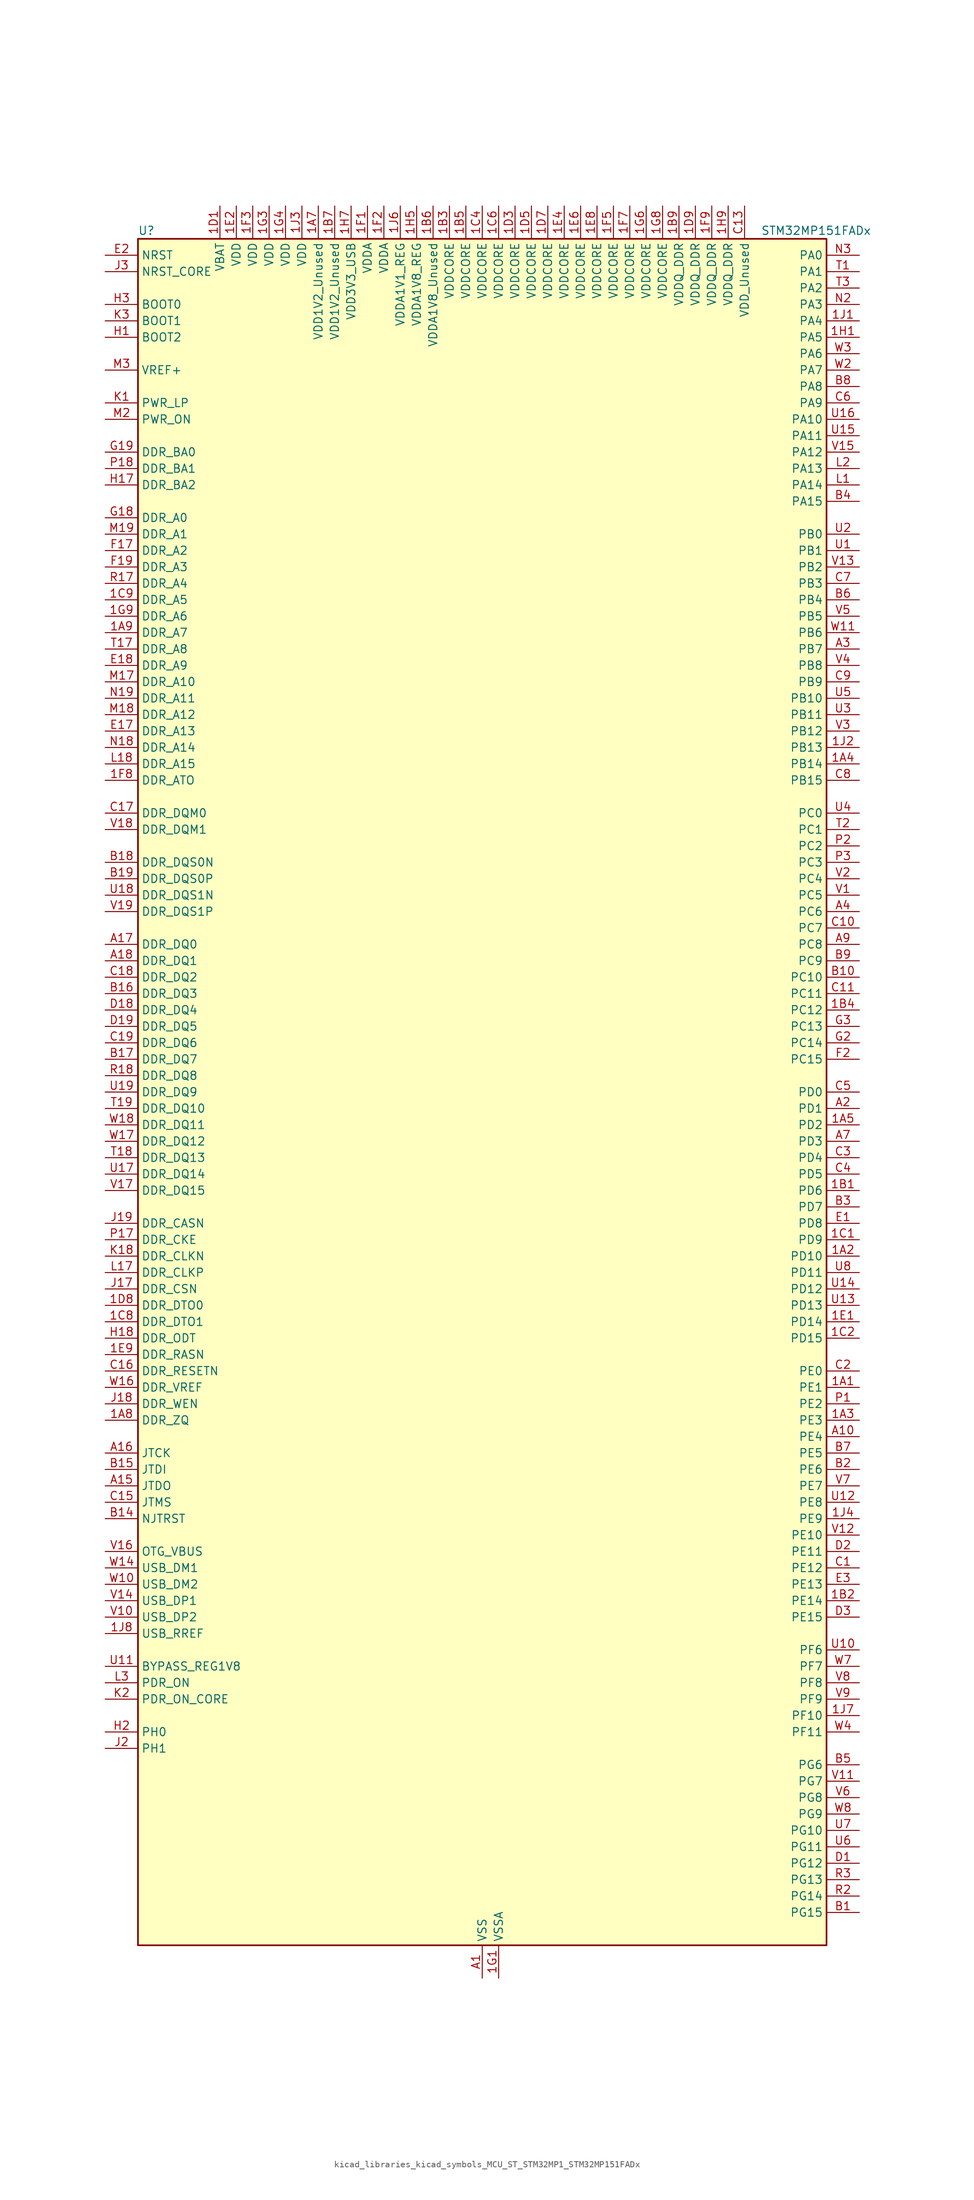
<source format=kicad_sym>
(kicad_symbol_lib
  (version 20220914)
  (generator kicad_symbol_editor)
  (symbol "kicad_libraries_kicad_symbols_MCU_ST_STM32MP1_STM32MP151FADx"
    (property "Reference" "U"
      (at -53.34 133.35 0)
      (effects (font (size 1.27 1.27)) (justify left)))
    (property "Value" "STM32MP151FADx"
      (at 43.18 133.35 0)
      (effects (font (size 1.27 1.27)) (justify left)))
    (property "ki_locked" ""
      (at 0 0 0)
      (effects (font (size 1.27 1.27))))
    (symbol "kicad_libraries_kicad_symbols_MCU_ST_STM32MP1_STM32MP151FADx_0_1"
      (rectangle (start -53.34 -132.08) (end 53.34 132.08) (stroke (width 0.254) (type default)) (fill (type background))))
    (symbol "kicad_libraries_kicad_symbols_MCU_ST_STM32MP1_STM32MP151FADx_1_1"
      (pin bidirectional line (at 58.42 -45.72 180) (length 5.08) (name "PE1" (effects (font (size 1.27 1.27)))) (number "1A1" (effects (font (size 1.27 1.27)))) (alternate "DCMI_D3" bidirectional line) (alternate "FMC_NBL1" bidirectional line) (alternate "I2S2_MCK" bidirectional line) (alternate "LPTIM1_IN2" bidirectional line) (alternate "SAI3_SD_B" bidirectional line) (alternate "UART8_TX" bidirectional line))
      (pin bidirectional line (at 58.42 -25.4 180) (length 5.08) (name "PD10" (effects (font (size 1.27 1.27)))) (number "1A2" (effects (font (size 1.27 1.27)))) (alternate "DFSDM1_CKOUT" bidirectional line) (alternate "FMC_D15" bidirectional line) (alternate "FMC_DA15" bidirectional line) (alternate "I2C5_SMBA" bidirectional line) (alternate "I2S3_SDI" bidirectional line) (alternate "LTDC_B3" bidirectional line) (alternate "RTC_REFIN" bidirectional line) (alternate "SAI3_FS_B" bidirectional line) (alternate "SPI3_MISO" bidirectional line) (alternate "TIM16_BKIN" bidirectional line) (alternate "USART3_CK" bidirectional line))
      (pin bidirectional line (at 58.42 -50.8 180) (length 5.08) (name "PE3" (effects (font (size 1.27 1.27)))) (number "1A3" (effects (font (size 1.27 1.27)))) (alternate "DEBUG_TRACED0" bidirectional line) (alternate "FMC_A19" bidirectional line) (alternate "SAI1_SD_B" bidirectional line) (alternate "SDMMC2_CK" bidirectional line) (alternate "TIM15_BKIN" bidirectional line))
      (pin bidirectional line (at 58.42 50.8 180) (length 5.08) (name "PB14" (effects (font (size 1.27 1.27)))) (number "1A4" (effects (font (size 1.27 1.27)))) (alternate "DFSDM1_DATIN2" bidirectional line) (alternate "I2S2_SDI" bidirectional line) (alternate "SDMMC2_D0" bidirectional line) (alternate "SPI2_MISO" bidirectional line) (alternate "TIM12_CH1" bidirectional line) (alternate "TIM1_CH2N" bidirectional line) (alternate "TIM8_CH2N" bidirectional line) (alternate "USART1_TX" bidirectional line) (alternate "USART3_DE" bidirectional line) (alternate "USART3_RTS" bidirectional line))
      (pin bidirectional line (at 58.42 -5.08 180) (length 5.08) (name "PD2" (effects (font (size 1.27 1.27)))) (number "1A5" (effects (font (size 1.27 1.27)))) (alternate "DCMI_D11" bidirectional line) (alternate "I2C5_SMBA" bidirectional line) (alternate "SDMMC1_CMD" bidirectional line) (alternate "TIM3_ETR" bidirectional line) (alternate "UART4_RX" bidirectional line) (alternate "UART5_RX" bidirectional line))
      (pin passive line (at 0 -137.16 90) (length 5.08) hide (name "VSS" (effects (font (size 1.27 1.27)))) (number "1A6" (effects (font (size 1.27 1.27)))))
      (pin power_in line (at -25.4 137.16 270) (length 5.08) (name "VDD1V2_Unused" (effects (font (size 1.27 1.27)))) (number "1A7" (effects (font (size 1.27 1.27)))))
      (pin bidirectional line (at -58.42 -50.8 0) (length 5.08) (name "DDR_ZQ" (effects (font (size 1.27 1.27)))) (number "1A8" (effects (font (size 1.27 1.27)))) (alternate "DDR_ZQ" bidirectional line))
      (pin bidirectional line (at -58.42 71.12 0) (length 5.08) (name "DDR_A7" (effects (font (size 1.27 1.27)))) (number "1A9" (effects (font (size 1.27 1.27)))) (alternate "DDR_A7" bidirectional line))
      (pin bidirectional line (at 58.42 -15.24 180) (length 5.08) (name "PD6" (effects (font (size 1.27 1.27)))) (number "1B1" (effects (font (size 1.27 1.27)))) (alternate "DCMI_D10" bidirectional line) (alternate "DFSDM1_CKIN4" bidirectional line) (alternate "DFSDM1_DATIN1" bidirectional line) (alternate "FMC_NWAIT" bidirectional line) (alternate "I2S3_SDO" bidirectional line) (alternate "LTDC_B2" bidirectional line) (alternate "SAI1_D1" bidirectional line) (alternate "SAI1_SD_A" bidirectional line) (alternate "SPI3_MOSI" bidirectional line) (alternate "TIM16_CH1N" bidirectional line) (alternate "USART2_RX" bidirectional line))
      (pin bidirectional line (at 58.42 -78.74 180) (length 5.08) (name "PE14" (effects (font (size 1.27 1.27)))) (number "1B2" (effects (font (size 1.27 1.27)))) (alternate "FMC_D11" bidirectional line) (alternate "FMC_DA11" bidirectional line) (alternate "LTDC_CLK" bidirectional line) (alternate "LTDC_G0" bidirectional line) (alternate "SAI2_MCLK_B" bidirectional line) (alternate "SDMMC1_D123DIR" bidirectional line) (alternate "SPI4_MOSI" bidirectional line) (alternate "TIM1_CH4" bidirectional line) (alternate "UART8_DE" bidirectional line) (alternate "UART8_RTS" bidirectional line))
      (pin power_in line (at -5.08 137.16 270) (length 5.08) (name "VDDCORE" (effects (font (size 1.27 1.27)))) (number "1B3" (effects (font (size 1.27 1.27)))))
      (pin bidirectional line (at 58.42 12.7 180) (length 5.08) (name "PC12" (effects (font (size 1.27 1.27)))) (number "1B4" (effects (font (size 1.27 1.27)))) (alternate "DCMI_D9" bidirectional line) (alternate "DEBUG_TRACECLK" bidirectional line) (alternate "I2S3_SDO" bidirectional line) (alternate "RCC_MCO_2" bidirectional line) (alternate "SAI4_D3" bidirectional line) (alternate "SAI4_SD_B" bidirectional line) (alternate "SDMMC1_CK" bidirectional line) (alternate "SPI3_MOSI" bidirectional line) (alternate "UART5_TX" bidirectional line) (alternate "USART3_CK" bidirectional line))
      (pin power_in line (at -2.54 137.16 270) (length 5.08) (name "VDDCORE" (effects (font (size 1.27 1.27)))) (number "1B5" (effects (font (size 1.27 1.27)))))
      (pin power_in line (at -7.62 137.16 270) (length 5.08) (name "VDDA1V8_Unused" (effects (font (size 1.27 1.27)))) (number "1B6" (effects (font (size 1.27 1.27)))))
      (pin power_in line (at -22.86 137.16 270) (length 5.08) (name "VDD1V2_Unused" (effects (font (size 1.27 1.27)))) (number "1B7" (effects (font (size 1.27 1.27)))))
      (pin passive line (at 0 -137.16 90) (length 5.08) hide (name "VSS" (effects (font (size 1.27 1.27)))) (number "1B8" (effects (font (size 1.27 1.27)))))
      (pin power_in line (at 30.48 137.16 270) (length 5.08) (name "VDDQ_DDR" (effects (font (size 1.27 1.27)))) (number "1B9" (effects (font (size 1.27 1.27)))))
      (pin bidirectional line (at 58.42 -22.86 180) (length 5.08) (name "PD9" (effects (font (size 1.27 1.27)))) (number "1C1" (effects (font (size 1.27 1.27)))) (alternate "DAC1_EXTI9" bidirectional line) (alternate "DCMI_HSYNC" bidirectional line) (alternate "DFSDM1_DATIN3" bidirectional line) (alternate "FMC_D14" bidirectional line) (alternate "FMC_DA14" bidirectional line) (alternate "LTDC_B0" bidirectional line) (alternate "SAI3_SD_B" bidirectional line) (alternate "USART3_RX" bidirectional line))
      (pin bidirectional line (at 58.42 -38.1 180) (length 5.08) (name "PD15" (effects (font (size 1.27 1.27)))) (number "1C2" (effects (font (size 1.27 1.27)))) (alternate "ADC1_EXTI15" bidirectional line) (alternate "ADC2_EXTI15" bidirectional line) (alternate "FMC_D1" bidirectional line) (alternate "FMC_DA1" bidirectional line) (alternate "LTDC_R1" bidirectional line) (alternate "SAI3_MCLK_A" bidirectional line) (alternate "TIM4_CH4" bidirectional line) (alternate "UART8_CTS" bidirectional line))
      (pin passive line (at 0 -137.16 90) (length 5.08) hide (name "VSS" (effects (font (size 1.27 1.27)))) (number "1C3" (effects (font (size 1.27 1.27)))))
      (pin power_in line (at 0 137.16 270) (length 5.08) (name "VDDCORE" (effects (font (size 1.27 1.27)))) (number "1C4" (effects (font (size 1.27 1.27)))))
      (pin passive line (at 0 -137.16 90) (length 5.08) hide (name "VSS" (effects (font (size 1.27 1.27)))) (number "1C5" (effects (font (size 1.27 1.27)))))
      (pin power_in line (at 2.54 137.16 270) (length 5.08) (name "VDDCORE" (effects (font (size 1.27 1.27)))) (number "1C6" (effects (font (size 1.27 1.27)))))
      (pin passive line (at 0 -137.16 90) (length 5.08) hide (name "VSS" (effects (font (size 1.27 1.27)))) (number "1C7" (effects (font (size 1.27 1.27)))))
      (pin bidirectional line (at -58.42 -35.56 0) (length 5.08) (name "DDR_DTO1" (effects (font (size 1.27 1.27)))) (number "1C8" (effects (font (size 1.27 1.27)))) (alternate "DDR_DTO1" bidirectional line))
      (pin bidirectional line (at -58.42 76.2 0) (length 5.08) (name "DDR_A5" (effects (font (size 1.27 1.27)))) (number "1C9" (effects (font (size 1.27 1.27)))) (alternate "DDR_A5" bidirectional line))
      (pin power_in line (at -40.64 137.16 270) (length 5.08) (name "VBAT" (effects (font (size 1.27 1.27)))) (number "1D1" (effects (font (size 1.27 1.27)))))
      (pin passive line (at 0 -137.16 90) (length 5.08) hide (name "VSS" (effects (font (size 1.27 1.27)))) (number "1D2" (effects (font (size 1.27 1.27)))))
      (pin power_in line (at 5.08 137.16 270) (length 5.08) (name "VDDCORE" (effects (font (size 1.27 1.27)))) (number "1D3" (effects (font (size 1.27 1.27)))))
      (pin passive line (at 0 -137.16 90) (length 5.08) hide (name "VSS" (effects (font (size 1.27 1.27)))) (number "1D4" (effects (font (size 1.27 1.27)))))
      (pin power_in line (at 7.62 137.16 270) (length 5.08) (name "VDDCORE" (effects (font (size 1.27 1.27)))) (number "1D5" (effects (font (size 1.27 1.27)))))
      (pin passive line (at 0 -137.16 90) (length 5.08) hide (name "VSS" (effects (font (size 1.27 1.27)))) (number "1D6" (effects (font (size 1.27 1.27)))))
      (pin power_in line (at 10.16 137.16 270) (length 5.08) (name "VDDCORE" (effects (font (size 1.27 1.27)))) (number "1D7" (effects (font (size 1.27 1.27)))))
      (pin bidirectional line (at -58.42 -33.02 0) (length 5.08) (name "DDR_DTO0" (effects (font (size 1.27 1.27)))) (number "1D8" (effects (font (size 1.27 1.27)))) (alternate "DDR_DTO0" bidirectional line))
      (pin power_in line (at 33.02 137.16 270) (length 5.08) (name "VDDQ_DDR" (effects (font (size 1.27 1.27)))) (number "1D9" (effects (font (size 1.27 1.27)))))
      (pin bidirectional line (at 58.42 -35.56 180) (length 5.08) (name "PD14" (effects (font (size 1.27 1.27)))) (number "1E1" (effects (font (size 1.27 1.27)))) (alternate "FMC_D0" bidirectional line) (alternate "FMC_DA0" bidirectional line) (alternate "SAI3_MCLK_B" bidirectional line) (alternate "TIM4_CH3" bidirectional line) (alternate "UART8_CTS" bidirectional line))
      (pin power_in line (at -38.1 137.16 270) (length 5.08) (name "VDD" (effects (font (size 1.27 1.27)))) (number "1E2" (effects (font (size 1.27 1.27)))))
      (pin passive line (at 0 -137.16 90) (length 5.08) hide (name "VSS" (effects (font (size 1.27 1.27)))) (number "1E3" (effects (font (size 1.27 1.27)))))
      (pin power_in line (at 12.7 137.16 270) (length 5.08) (name "VDDCORE" (effects (font (size 1.27 1.27)))) (number "1E4" (effects (font (size 1.27 1.27)))))
      (pin passive line (at 0 -137.16 90) (length 5.08) hide (name "VSS" (effects (font (size 1.27 1.27)))) (number "1E5" (effects (font (size 1.27 1.27)))))
      (pin power_in line (at 15.24 137.16 270) (length 5.08) (name "VDDCORE" (effects (font (size 1.27 1.27)))) (number "1E6" (effects (font (size 1.27 1.27)))))
      (pin passive line (at 0 -137.16 90) (length 5.08) hide (name "VSS" (effects (font (size 1.27 1.27)))) (number "1E7" (effects (font (size 1.27 1.27)))))
      (pin power_in line (at 17.78 137.16 270) (length 5.08) (name "VDDCORE" (effects (font (size 1.27 1.27)))) (number "1E8" (effects (font (size 1.27 1.27)))))
      (pin bidirectional line (at -58.42 -40.64 0) (length 5.08) (name "DDR_RASN" (effects (font (size 1.27 1.27)))) (number "1E9" (effects (font (size 1.27 1.27)))) (alternate "DDR_RASN" bidirectional line))
      (pin power_in line (at -17.78 137.16 270) (length 5.08) (name "VDDA" (effects (font (size 1.27 1.27)))) (number "1F1" (effects (font (size 1.27 1.27)))))
      (pin power_in line (at -15.24 137.16 270) (length 5.08) (name "VDDA" (effects (font (size 1.27 1.27)))) (number "1F2" (effects (font (size 1.27 1.27)))))
      (pin power_in line (at -35.56 137.16 270) (length 5.08) (name "VDD" (effects (font (size 1.27 1.27)))) (number "1F3" (effects (font (size 1.27 1.27)))))
      (pin passive line (at 0 -137.16 90) (length 5.08) hide (name "VSS" (effects (font (size 1.27 1.27)))) (number "1F4" (effects (font (size 1.27 1.27)))))
      (pin power_in line (at 20.32 137.16 270) (length 5.08) (name "VDDCORE" (effects (font (size 1.27 1.27)))) (number "1F5" (effects (font (size 1.27 1.27)))))
      (pin passive line (at 0 -137.16 90) (length 5.08) hide (name "VSS" (effects (font (size 1.27 1.27)))) (number "1F6" (effects (font (size 1.27 1.27)))))
      (pin power_in line (at 22.86 137.16 270) (length 5.08) (name "VDDCORE" (effects (font (size 1.27 1.27)))) (number "1F7" (effects (font (size 1.27 1.27)))))
      (pin bidirectional line (at -58.42 48.26 0) (length 5.08) (name "DDR_ATO" (effects (font (size 1.27 1.27)))) (number "1F8" (effects (font (size 1.27 1.27)))) (alternate "DDR_ATO" bidirectional line))
      (pin power_in line (at 35.56 137.16 270) (length 5.08) (name "VDDQ_DDR" (effects (font (size 1.27 1.27)))) (number "1F9" (effects (font (size 1.27 1.27)))))
      (pin power_in line (at 2.54 -137.16 90) (length 5.08) (name "VSSA" (effects (font (size 1.27 1.27)))) (number "1G1" (effects (font (size 1.27 1.27)))))
      (pin passive line (at 0 -137.16 90) (length 5.08) hide (name "VSS" (effects (font (size 1.27 1.27)))) (number "1G2" (effects (font (size 1.27 1.27)))))
      (pin power_in line (at -33.02 137.16 270) (length 5.08) (name "VDD" (effects (font (size 1.27 1.27)))) (number "1G3" (effects (font (size 1.27 1.27)))))
      (pin power_in line (at -30.48 137.16 270) (length 5.08) (name "VDD" (effects (font (size 1.27 1.27)))) (number "1G4" (effects (font (size 1.27 1.27)))))
      (pin passive line (at 0 -137.16 90) (length 5.08) hide (name "VSS" (effects (font (size 1.27 1.27)))) (number "1G5" (effects (font (size 1.27 1.27)))))
      (pin power_in line (at 25.4 137.16 270) (length 5.08) (name "VDDCORE" (effects (font (size 1.27 1.27)))) (number "1G6" (effects (font (size 1.27 1.27)))))
      (pin passive line (at 0 -137.16 90) (length 5.08) hide (name "VSS" (effects (font (size 1.27 1.27)))) (number "1G7" (effects (font (size 1.27 1.27)))))
      (pin power_in line (at 27.94 137.16 270) (length 5.08) (name "VDDCORE" (effects (font (size 1.27 1.27)))) (number "1G8" (effects (font (size 1.27 1.27)))))
      (pin bidirectional line (at -58.42 73.66 0) (length 5.08) (name "DDR_A6" (effects (font (size 1.27 1.27)))) (number "1G9" (effects (font (size 1.27 1.27)))) (alternate "DDR_A6" bidirectional line))
      (pin bidirectional line (at 58.42 116.84 180) (length 5.08) (name "PA5" (effects (font (size 1.27 1.27)))) (number "1H1" (effects (font (size 1.27 1.27)))) (alternate "ADC1_INN18" bidirectional line) (alternate "ADC1_INP19" bidirectional line) (alternate "ADC2_INN18" bidirectional line) (alternate "ADC2_INP19" bidirectional line) (alternate "DAC1_OUT2" bidirectional line) (alternate "I2S1_CK" bidirectional line) (alternate "LTDC_R4" bidirectional line) (alternate "SAI4_CK1" bidirectional line) (alternate "SAI4_MCLK_A" bidirectional line) (alternate "SPI1_SCK" bidirectional line) (alternate "SPI6_SCK" bidirectional line) (alternate "TIM2_CH1" bidirectional line) (alternate "TIM2_ETR" bidirectional line) (alternate "TIM8_CH1N" bidirectional line))
      (pin passive line (at 0 -137.16 90) (length 5.08) hide (name "VSS" (effects (font (size 1.27 1.27)))) (number "1H2" (effects (font (size 1.27 1.27)))))
      (pin passive line (at 0 -137.16 90) (length 5.08) hide (name "VSS" (effects (font (size 1.27 1.27)))) (number "1H3" (effects (font (size 1.27 1.27)))))
      (pin passive line (at 0 -137.16 90) (length 5.08) hide (name "VSS" (effects (font (size 1.27 1.27)))) (number "1H4" (effects (font (size 1.27 1.27)))))
      (pin power_in line (at -10.16 137.16 270) (length 5.08) (name "VDDA1V8_REG" (effects (font (size 1.27 1.27)))) (number "1H5" (effects (font (size 1.27 1.27)))))
      (pin passive line (at 0 -137.16 90) (length 5.08) hide (name "VSS" (effects (font (size 1.27 1.27)))) (number "1H6" (effects (font (size 1.27 1.27)))))
      (pin power_in line (at -20.32 137.16 270) (length 5.08) (name "VDD3V3_USB" (effects (font (size 1.27 1.27)))) (number "1H7" (effects (font (size 1.27 1.27)))))
      (pin passive line (at 0 -137.16 90) (length 5.08) hide (name "VSS" (effects (font (size 1.27 1.27)))) (number "1H8" (effects (font (size 1.27 1.27)))))
      (pin power_in line (at 38.1 137.16 270) (length 5.08) (name "VDDQ_DDR" (effects (font (size 1.27 1.27)))) (number "1H9" (effects (font (size 1.27 1.27)))))
      (pin bidirectional line (at 58.42 119.38 180) (length 5.08) (name "PA4" (effects (font (size 1.27 1.27)))) (number "1J1" (effects (font (size 1.27 1.27)))) (alternate "ADC1_INP18" bidirectional line) (alternate "ADC2_INP18" bidirectional line) (alternate "DAC1_OUT1" bidirectional line) (alternate "DCMI_HSYNC" bidirectional line) (alternate "HDP_HDP0" bidirectional line) (alternate "I2S1_WS" bidirectional line) (alternate "I2S3_WS" bidirectional line) (alternate "LTDC_VSYNC" bidirectional line) (alternate "SAI4_D2" bidirectional line) (alternate "SAI4_FS_A" bidirectional line) (alternate "SPI1_NSS" bidirectional line) (alternate "SPI3_NSS" bidirectional line) (alternate "SPI6_NSS" bidirectional line) (alternate "TIM5_ETR" bidirectional line) (alternate "USART2_CK" bidirectional line))
      (pin bidirectional line (at 58.42 53.34 180) (length 5.08) (name "PB13" (effects (font (size 1.27 1.27)))) (number "1J2" (effects (font (size 1.27 1.27)))) (alternate "DFSDM1_CKIN1" bidirectional line) (alternate "DFSDM1_CKOUT" bidirectional line) (alternate "ETH1_TXD1" bidirectional line) (alternate "I2S2_CK" bidirectional line) (alternate "LPTIM2_OUT" bidirectional line) (alternate "SPI2_SCK" bidirectional line) (alternate "TIM1_CH1N" bidirectional line) (alternate "UART5_TX" bidirectional line) (alternate "USART3_CTS" bidirectional line) (alternate "USART3_NSS" bidirectional line))
      (pin power_in line (at -27.94 137.16 270) (length 5.08) (name "VDD" (effects (font (size 1.27 1.27)))) (number "1J3" (effects (font (size 1.27 1.27)))))
      (pin bidirectional line (at 58.42 -66.04 180) (length 5.08) (name "PE9" (effects (font (size 1.27 1.27)))) (number "1J4" (effects (font (size 1.27 1.27)))) (alternate "DAC1_EXTI9" bidirectional line) (alternate "DFSDM1_CKOUT" bidirectional line) (alternate "FMC_D6" bidirectional line) (alternate "FMC_DA6" bidirectional line) (alternate "QUADSPI_BK2_IO2" bidirectional line) (alternate "TIM1_CH1" bidirectional line) (alternate "UART7_DE" bidirectional line) (alternate "UART7_RTS" bidirectional line))
      (pin passive line (at 0 -137.16 90) (length 5.08) hide (name "VSS" (effects (font (size 1.27 1.27)))) (number "1J5" (effects (font (size 1.27 1.27)))))
      (pin power_in line (at -12.7 137.16 270) (length 5.08) (name "VDDA1V1_REG" (effects (font (size 1.27 1.27)))) (number "1J6" (effects (font (size 1.27 1.27)))))
      (pin bidirectional line (at 58.42 -96.52 180) (length 5.08) (name "PF10" (effects (font (size 1.27 1.27)))) (number "1J7" (effects (font (size 1.27 1.27)))) (alternate "DCMI_D11" bidirectional line) (alternate "LTDC_DE" bidirectional line) (alternate "QUADSPI_CLK" bidirectional line) (alternate "SAI1_D3" bidirectional line) (alternate "SAI1_D4" bidirectional line) (alternate "SAI4_D3" bidirectional line) (alternate "SAI4_D4" bidirectional line) (alternate "TIM16_BKIN" bidirectional line))
      (pin bidirectional line (at -58.42 -83.82 0) (length 5.08) (name "USB_RREF" (effects (font (size 1.27 1.27)))) (number "1J8" (effects (font (size 1.27 1.27)))))
      (pin passive line (at 0 -137.16 90) (length 5.08) hide (name "VSS" (effects (font (size 1.27 1.27)))) (number "1J9" (effects (font (size 1.27 1.27)))))
      (pin power_in line (at 0 -137.16 90) (length 5.08) (name "VSS" (effects (font (size 1.27 1.27)))) (number "A1" (effects (font (size 1.27 1.27)))))
      (pin bidirectional line (at 58.42 -53.34 180) (length 5.08) (name "PE4" (effects (font (size 1.27 1.27)))) (number "A10" (effects (font (size 1.27 1.27)))) (alternate "DCMI_D4" bidirectional line) (alternate "DEBUG_TRACED1" bidirectional line) (alternate "DFSDM1_DATIN3" bidirectional line) (alternate "FMC_A20" bidirectional line) (alternate "LTDC_B0" bidirectional line) (alternate "SAI1_D2" bidirectional line) (alternate "SAI1_FS_A" bidirectional line) (alternate "SDMMC1_CKIN" bidirectional line) (alternate "SDMMC1_D4" bidirectional line) (alternate "SDMMC2_CKIN" bidirectional line) (alternate "SDMMC2_D4" bidirectional line) (alternate "SPI4_NSS" bidirectional line) (alternate "TIM15_CH1N" bidirectional line))
      (pin no_connect line (at -53.34 -132.08 0) (length 5.08) hide (name "DNU" (effects (font (size 1.27 1.27)))) (number "A12" (effects (font (size 1.27 1.27)))))
      (pin no_connect line (at -53.34 -129.54 0) (length 5.08) hide (name "DNU" (effects (font (size 1.27 1.27)))) (number "A13" (effects (font (size 1.27 1.27)))))
      (pin bidirectional line (at -58.42 -60.96 0) (length 5.08) (name "JTDO" (effects (font (size 1.27 1.27)))) (number "A15" (effects (font (size 1.27 1.27)))) (alternate "DEBUG_JTDO-SWO" bidirectional line))
      (pin bidirectional line (at -58.42 -55.88 0) (length 5.08) (name "JTCK" (effects (font (size 1.27 1.27)))) (number "A16" (effects (font (size 1.27 1.27)))) (alternate "DEBUG_JTCK-SWCLK" bidirectional line))
      (pin bidirectional line (at -58.42 22.86 0) (length 5.08) (name "DDR_DQ0" (effects (font (size 1.27 1.27)))) (number "A17" (effects (font (size 1.27 1.27)))) (alternate "DDR_DQ0" bidirectional line))
      (pin bidirectional line (at -58.42 20.32 0) (length 5.08) (name "DDR_DQ1" (effects (font (size 1.27 1.27)))) (number "A18" (effects (font (size 1.27 1.27)))) (alternate "DDR_DQ1" bidirectional line))
      (pin passive line (at 0 -137.16 90) (length 5.08) hide (name "VSS" (effects (font (size 1.27 1.27)))) (number "A19" (effects (font (size 1.27 1.27)))))
      (pin bidirectional line (at 58.42 -2.54 180) (length 5.08) (name "PD1" (effects (font (size 1.27 1.27)))) (number "A2" (effects (font (size 1.27 1.27)))) (alternate "DFSDM1_CKIN7" bidirectional line) (alternate "DFSDM1_DATIN6" bidirectional line) (alternate "FMC_D3" bidirectional line) (alternate "FMC_DA3" bidirectional line) (alternate "I2C5_SCL" bidirectional line) (alternate "I2C6_SCL" bidirectional line) (alternate "SAI3_SD_A" bidirectional line) (alternate "SDMMC3_D0" bidirectional line) (alternate "UART4_TX" bidirectional line))
      (pin bidirectional line (at 58.42 68.58 180) (length 5.08) (name "PB7" (effects (font (size 1.27 1.27)))) (number "A3" (effects (font (size 1.27 1.27)))) (alternate "DCMI_VSYNC" bidirectional line) (alternate "DFSDM1_CKIN5" bidirectional line) (alternate "FMC_NL" bidirectional line) (alternate "I2C1_SDA" bidirectional line) (alternate "I2C4_SDA" bidirectional line) (alternate "SDMMC2_D1" bidirectional line) (alternate "TIM17_CH1N" bidirectional line) (alternate "TIM4_CH2" bidirectional line) (alternate "USART1_RX" bidirectional line))
      (pin bidirectional line (at 58.42 27.94 180) (length 5.08) (name "PC6" (effects (font (size 1.27 1.27)))) (number "A4" (effects (font (size 1.27 1.27)))) (alternate "DCMI_D0" bidirectional line) (alternate "DFSDM1_CKIN3" bidirectional line) (alternate "HDP_HDP1" bidirectional line) (alternate "I2S2_MCK" bidirectional line) (alternate "LTDC_HSYNC" bidirectional line) (alternate "SDMMC1_D0DIR" bidirectional line) (alternate "SDMMC1_D6" bidirectional line) (alternate "SDMMC2_D0DIR" bidirectional line) (alternate "SDMMC2_D6" bidirectional line) (alternate "TIM3_CH1" bidirectional line) (alternate "TIM8_CH1" bidirectional line) (alternate "USART6_TX" bidirectional line))
      (pin passive line (at 0 -137.16 90) (length 5.08) hide (name "VSS" (effects (font (size 1.27 1.27)))) (number "A6" (effects (font (size 1.27 1.27)))))
      (pin bidirectional line (at 58.42 -7.62 180) (length 5.08) (name "PD3" (effects (font (size 1.27 1.27)))) (number "A7" (effects (font (size 1.27 1.27)))) (alternate "DCMI_D5" bidirectional line) (alternate "DFSDM1_CKOUT" bidirectional line) (alternate "DFSDM1_DATIN0" bidirectional line) (alternate "FMC_CLK" bidirectional line) (alternate "HDP_HDP5" bidirectional line) (alternate "I2S2_CK" bidirectional line) (alternate "LTDC_G7" bidirectional line) (alternate "SDMMC1_D123DIR" bidirectional line) (alternate "SDMMC1_D7" bidirectional line) (alternate "SDMMC2_D123DIR" bidirectional line) (alternate "SDMMC2_D7" bidirectional line) (alternate "SPI2_SCK" bidirectional line) (alternate "USART2_CTS" bidirectional line) (alternate "USART2_NSS" bidirectional line))
      (pin bidirectional line (at 58.42 22.86 180) (length 5.08) (name "PC8" (effects (font (size 1.27 1.27)))) (number "A9" (effects (font (size 1.27 1.27)))) (alternate "DCMI_D2" bidirectional line) (alternate "DEBUG_TRACED0" bidirectional line) (alternate "SDMMC1_D0" bidirectional line) (alternate "TIM3_CH3" bidirectional line) (alternate "TIM8_CH3" bidirectional line) (alternate "UART4_TX" bidirectional line) (alternate "UART5_DE" bidirectional line) (alternate "UART5_RTS" bidirectional line) (alternate "USART6_CK" bidirectional line))
      (pin bidirectional line (at 58.42 -127 180) (length 5.08) (name "PG15" (effects (font (size 1.27 1.27)))) (number "B1" (effects (font (size 1.27 1.27)))) (alternate "ADC1_EXTI15" bidirectional line) (alternate "ADC2_EXTI15" bidirectional line) (alternate "DCMI_D13" bidirectional line) (alternate "DEBUG_TRACED7" bidirectional line) (alternate "I2C2_SDA" bidirectional line) (alternate "SAI1_D2" bidirectional line) (alternate "SAI1_FS_A" bidirectional line) (alternate "SDMMC3_CK" bidirectional line) (alternate "USART6_CTS" bidirectional line) (alternate "USART6_NSS" bidirectional line))
      (pin bidirectional line (at 58.42 17.78 180) (length 5.08) (name "PC10" (effects (font (size 1.27 1.27)))) (number "B10" (effects (font (size 1.27 1.27)))) (alternate "DCMI_D8" bidirectional line) (alternate "DEBUG_TRACED2" bidirectional line) (alternate "DFSDM1_CKIN5" bidirectional line) (alternate "I2S3_CK" bidirectional line) (alternate "LTDC_R2" bidirectional line) (alternate "QUADSPI_BK1_IO1" bidirectional line) (alternate "SAI4_MCLK_B" bidirectional line) (alternate "SDMMC1_D2" bidirectional line) (alternate "SPI3_SCK" bidirectional line) (alternate "UART4_TX" bidirectional line) (alternate "USART3_TX" bidirectional line))
      (pin no_connect line (at -53.34 -127 0) (length 5.08) hide (name "DNU" (effects (font (size 1.27 1.27)))) (number "B11" (effects (font (size 1.27 1.27)))))
      (pin no_connect line (at -53.34 -124.46 0) (length 5.08) hide (name "DNU" (effects (font (size 1.27 1.27)))) (number "B12" (effects (font (size 1.27 1.27)))))
      (pin no_connect line (at -53.34 -121.92 0) (length 5.08) hide (name "DNU" (effects (font (size 1.27 1.27)))) (number "B13" (effects (font (size 1.27 1.27)))))
      (pin bidirectional line (at -58.42 -66.04 0) (length 5.08) (name "NJTRST" (effects (font (size 1.27 1.27)))) (number "B14" (effects (font (size 1.27 1.27)))) (alternate "DEBUG_JTRST" bidirectional line))
      (pin bidirectional line (at -58.42 -58.42 0) (length 5.08) (name "JTDI" (effects (font (size 1.27 1.27)))) (number "B15" (effects (font (size 1.27 1.27)))) (alternate "DEBUG_JTDI" bidirectional line))
      (pin bidirectional line (at -58.42 15.24 0) (length 5.08) (name "DDR_DQ3" (effects (font (size 1.27 1.27)))) (number "B16" (effects (font (size 1.27 1.27)))) (alternate "DDR_DQ3" bidirectional line))
      (pin bidirectional line (at -58.42 5.08 0) (length 5.08) (name "DDR_DQ7" (effects (font (size 1.27 1.27)))) (number "B17" (effects (font (size 1.27 1.27)))) (alternate "DDR_DQ7" bidirectional line))
      (pin bidirectional line (at -58.42 35.56 0) (length 5.08) (name "DDR_DQS0N" (effects (font (size 1.27 1.27)))) (number "B18" (effects (font (size 1.27 1.27)))) (alternate "DDR_DQS0N" bidirectional line))
      (pin bidirectional line (at -58.42 33.02 0) (length 5.08) (name "DDR_DQS0P" (effects (font (size 1.27 1.27)))) (number "B19" (effects (font (size 1.27 1.27)))) (alternate "DDR_DQS0P" bidirectional line))
      (pin bidirectional line (at 58.42 -58.42 180) (length 5.08) (name "PE6" (effects (font (size 1.27 1.27)))) (number "B2" (effects (font (size 1.27 1.27)))) (alternate "DCMI_D7" bidirectional line) (alternate "DEBUG_TRACED2" bidirectional line) (alternate "FMC_A22" bidirectional line) (alternate "LTDC_G1" bidirectional line) (alternate "SAI1_D1" bidirectional line) (alternate "SAI1_SD_A" bidirectional line) (alternate "SAI2_MCLK_B" bidirectional line) (alternate "SDMMC1_D2" bidirectional line) (alternate "SDMMC2_D0" bidirectional line) (alternate "SPI4_MOSI" bidirectional line) (alternate "TIM15_CH2" bidirectional line) (alternate "TIM1_BKIN2" bidirectional line))
      (pin bidirectional line (at 58.42 -17.78 180) (length 5.08) (name "PD7" (effects (font (size 1.27 1.27)))) (number "B3" (effects (font (size 1.27 1.27)))) (alternate "DEBUG_TRACED6" bidirectional line) (alternate "DFSDM1_CKIN1" bidirectional line) (alternate "DFSDM1_DATIN4" bidirectional line) (alternate "FMC_NE1" bidirectional line) (alternate "I2C2_SCL" bidirectional line) (alternate "SDMMC3_D3" bidirectional line) (alternate "SPDIFRX_IN0" bidirectional line) (alternate "USART2_CK" bidirectional line))
      (pin bidirectional line (at 58.42 91.44 180) (length 5.08) (name "PA15" (effects (font (size 1.27 1.27)))) (number "B4" (effects (font (size 1.27 1.27)))) (alternate "ADC1_EXTI15" bidirectional line) (alternate "ADC2_EXTI15" bidirectional line) (alternate "CEC" bidirectional line) (alternate "DEBUG_DBTRGI" bidirectional line) (alternate "I2S1_WS" bidirectional line) (alternate "I2S3_WS" bidirectional line) (alternate "LTDC_R1" bidirectional line) (alternate "SAI4_D2" bidirectional line) (alternate "SAI4_FS_A" bidirectional line) (alternate "SDMMC1_CDIR" bidirectional line) (alternate "SDMMC1_D5" bidirectional line) (alternate "SDMMC2_CDIR" bidirectional line) (alternate "SDMMC2_D5" bidirectional line) (alternate "SPI1_NSS" bidirectional line) (alternate "SPI3_NSS" bidirectional line) (alternate "SPI6_NSS" bidirectional line) (alternate "TIM2_CH1" bidirectional line) (alternate "TIM2_ETR" bidirectional line) (alternate "UART4_DE" bidirectional line) (alternate "UART4_RTS" bidirectional line) (alternate "UART7_TX" bidirectional line))
      (pin bidirectional line (at 58.42 -104.14 180) (length 5.08) (name "PG6" (effects (font (size 1.27 1.27)))) (number "B5" (effects (font (size 1.27 1.27)))) (alternate "DCMI_D12" bidirectional line) (alternate "DEBUG_TRACED14" bidirectional line) (alternate "LTDC_R7" bidirectional line) (alternate "SDMMC2_CMD" bidirectional line) (alternate "TIM17_BKIN" bidirectional line))
      (pin bidirectional line (at 58.42 76.2 180) (length 5.08) (name "PB4" (effects (font (size 1.27 1.27)))) (number "B6" (effects (font (size 1.27 1.27)))) (alternate "DEBUG_TRACED8" bidirectional line) (alternate "I2S1_SDI" bidirectional line) (alternate "I2S2_WS" bidirectional line) (alternate "I2S3_SDI" bidirectional line) (alternate "SAI4_CK2" bidirectional line) (alternate "SAI4_SCK_A" bidirectional line) (alternate "SDMMC2_D3" bidirectional line) (alternate "SPI1_MISO" bidirectional line) (alternate "SPI2_NSS" bidirectional line) (alternate "SPI3_MISO" bidirectional line) (alternate "SPI6_MISO" bidirectional line) (alternate "TIM16_BKIN" bidirectional line) (alternate "TIM3_CH1" bidirectional line) (alternate "UART7_TX" bidirectional line))
      (pin bidirectional line (at 58.42 -55.88 180) (length 5.08) (name "PE5" (effects (font (size 1.27 1.27)))) (number "B7" (effects (font (size 1.27 1.27)))) (alternate "DCMI_D6" bidirectional line) (alternate "DEBUG_TRACED3" bidirectional line) (alternate "DFSDM1_CKIN3" bidirectional line) (alternate "FMC_A21" bidirectional line) (alternate "LTDC_G0" bidirectional line) (alternate "SAI1_CK2" bidirectional line) (alternate "SAI1_SCK_A" bidirectional line) (alternate "SDMMC1_D0DIR" bidirectional line) (alternate "SDMMC1_D6" bidirectional line) (alternate "SDMMC2_D0DIR" bidirectional line) (alternate "SDMMC2_D6" bidirectional line) (alternate "SPI4_MISO" bidirectional line) (alternate "TIM15_CH1" bidirectional line))
      (pin bidirectional line (at 58.42 109.22 180) (length 5.08) (name "PA8" (effects (font (size 1.27 1.27)))) (number "B8" (effects (font (size 1.27 1.27)))) (alternate "I2C3_SCL" bidirectional line) (alternate "I2S3_SDO" bidirectional line) (alternate "LTDC_R6" bidirectional line) (alternate "RCC_MCO_1" bidirectional line) (alternate "SAI4_SD_B" bidirectional line) (alternate "SDMMC2_CKIN" bidirectional line) (alternate "SDMMC2_D4" bidirectional line) (alternate "SPI3_MOSI" bidirectional line) (alternate "TIM1_CH1" bidirectional line) (alternate "TIM8_BKIN2" bidirectional line) (alternate "UART7_RX" bidirectional line) (alternate "USART1_CK" bidirectional line) (alternate "USB_OTG_HS_SOF" bidirectional line))
      (pin bidirectional line (at 58.42 20.32 180) (length 5.08) (name "PC9" (effects (font (size 1.27 1.27)))) (number "B9" (effects (font (size 1.27 1.27)))) (alternate "DAC1_EXTI9" bidirectional line) (alternate "DCMI_D3" bidirectional line) (alternate "DEBUG_TRACED1" bidirectional line) (alternate "I2C3_SDA" bidirectional line) (alternate "I2S_CKIN" bidirectional line) (alternate "LTDC_B2" bidirectional line) (alternate "QUADSPI_BK1_IO0" bidirectional line) (alternate "SDMMC1_D1" bidirectional line) (alternate "TIM3_CH4" bidirectional line) (alternate "TIM8_CH4" bidirectional line) (alternate "UART5_CTS" bidirectional line))
      (pin bidirectional line (at 58.42 -73.66 180) (length 5.08) (name "PE12" (effects (font (size 1.27 1.27)))) (number "C1" (effects (font (size 1.27 1.27)))) (alternate "DFSDM1_DATIN5" bidirectional line) (alternate "FMC_D9" bidirectional line) (alternate "FMC_DA9" bidirectional line) (alternate "LTDC_B4" bidirectional line) (alternate "SAI2_SCK_B" bidirectional line) (alternate "SDMMC1_D0DIR" bidirectional line) (alternate "SPI4_SCK" bidirectional line) (alternate "TIM1_CH3N" bidirectional line))
      (pin bidirectional line (at 58.42 25.4 180) (length 5.08) (name "PC7" (effects (font (size 1.27 1.27)))) (number "C10" (effects (font (size 1.27 1.27)))) (alternate "DCMI_D1" bidirectional line) (alternate "DFSDM1_DATIN3" bidirectional line) (alternate "HDP_HDP4" bidirectional line) (alternate "I2S3_MCK" bidirectional line) (alternate "LTDC_G6" bidirectional line) (alternate "SDMMC1_D123DIR" bidirectional line) (alternate "SDMMC1_D7" bidirectional line) (alternate "SDMMC2_D123DIR" bidirectional line) (alternate "SDMMC2_D7" bidirectional line) (alternate "TIM3_CH2" bidirectional line) (alternate "TIM8_CH2" bidirectional line) (alternate "USART6_RX" bidirectional line))
      (pin bidirectional line (at 58.42 15.24 180) (length 5.08) (name "PC11" (effects (font (size 1.27 1.27)))) (number "C11" (effects (font (size 1.27 1.27)))) (alternate "ADC1_EXTI11" bidirectional line) (alternate "ADC2_EXTI11" bidirectional line) (alternate "DCMI_D4" bidirectional line) (alternate "DEBUG_TRACED3" bidirectional line) (alternate "DFSDM1_DATIN5" bidirectional line) (alternate "I2S3_SDI" bidirectional line) (alternate "QUADSPI_BK2_NCS" bidirectional line) (alternate "SAI4_SCK_B" bidirectional line) (alternate "SDMMC1_D3" bidirectional line) (alternate "SPI3_MISO" bidirectional line) (alternate "UART4_RX" bidirectional line) (alternate "USART3_RX" bidirectional line))
      (pin no_connect line (at -53.34 -119.38 0) (length 5.08) hide (name "DNU" (effects (font (size 1.27 1.27)))) (number "C12" (effects (font (size 1.27 1.27)))))
      (pin power_in line (at 40.64 137.16 270) (length 5.08) (name "VDD_Unused" (effects (font (size 1.27 1.27)))) (number "C13" (effects (font (size 1.27 1.27)))))
      (pin passive line (at 0 -137.16 90) (length 5.08) hide (name "VSS" (effects (font (size 1.27 1.27)))) (number "C14" (effects (font (size 1.27 1.27)))))
      (pin bidirectional line (at -58.42 -63.5 0) (length 5.08) (name "JTMS" (effects (font (size 1.27 1.27)))) (number "C15" (effects (font (size 1.27 1.27)))) (alternate "DEBUG_JTMS-SWDIO" bidirectional line))
      (pin bidirectional line (at -58.42 -43.18 0) (length 5.08) (name "DDR_RESETN" (effects (font (size 1.27 1.27)))) (number "C16" (effects (font (size 1.27 1.27)))) (alternate "DDR_RESETN" bidirectional line))
      (pin bidirectional line (at -58.42 43.18 0) (length 5.08) (name "DDR_DQM0" (effects (font (size 1.27 1.27)))) (number "C17" (effects (font (size 1.27 1.27)))) (alternate "DDR_DQM0" bidirectional line))
      (pin bidirectional line (at -58.42 17.78 0) (length 5.08) (name "DDR_DQ2" (effects (font (size 1.27 1.27)))) (number "C18" (effects (font (size 1.27 1.27)))) (alternate "DDR_DQ2" bidirectional line))
      (pin bidirectional line (at -58.42 7.62 0) (length 5.08) (name "DDR_DQ6" (effects (font (size 1.27 1.27)))) (number "C19" (effects (font (size 1.27 1.27)))) (alternate "DDR_DQ6" bidirectional line))
      (pin bidirectional line (at 58.42 -43.18 180) (length 5.08) (name "PE0" (effects (font (size 1.27 1.27)))) (number "C2" (effects (font (size 1.27 1.27)))) (alternate "DCMI_D2" bidirectional line) (alternate "FMC_NBL0" bidirectional line) (alternate "I2S3_CK" bidirectional line) (alternate "LPTIM1_ETR" bidirectional line) (alternate "LPTIM2_ETR" bidirectional line) (alternate "SAI2_MCLK_A" bidirectional line) (alternate "SAI4_MCLK_B" bidirectional line) (alternate "SPI3_SCK" bidirectional line) (alternate "TIM4_ETR" bidirectional line) (alternate "UART8_RX" bidirectional line))
      (pin bidirectional line (at 58.42 -10.16 180) (length 5.08) (name "PD4" (effects (font (size 1.27 1.27)))) (number "C3" (effects (font (size 1.27 1.27)))) (alternate "DFSDM1_CKIN0" bidirectional line) (alternate "FMC_NOE" bidirectional line) (alternate "SAI3_FS_A" bidirectional line) (alternate "SDMMC3_D1" bidirectional line) (alternate "USART2_DE" bidirectional line) (alternate "USART2_RTS" bidirectional line))
      (pin bidirectional line (at 58.42 -12.7 180) (length 5.08) (name "PD5" (effects (font (size 1.27 1.27)))) (number "C4" (effects (font (size 1.27 1.27)))) (alternate "FMC_NWE" bidirectional line) (alternate "SDMMC3_D2" bidirectional line) (alternate "USART2_TX" bidirectional line))
      (pin bidirectional line (at 58.42 0 180) (length 5.08) (name "PD0" (effects (font (size 1.27 1.27)))) (number "C5" (effects (font (size 1.27 1.27)))) (alternate "DFSDM1_CKIN6" bidirectional line) (alternate "DFSDM1_DATIN7" bidirectional line) (alternate "FMC_D2" bidirectional line) (alternate "FMC_DA2" bidirectional line) (alternate "I2C5_SDA" bidirectional line) (alternate "I2C6_SDA" bidirectional line) (alternate "SAI3_SCK_A" bidirectional line) (alternate "SDMMC3_CMD" bidirectional line) (alternate "UART4_RX" bidirectional line))
      (pin bidirectional line (at 58.42 106.68 180) (length 5.08) (name "PA9" (effects (font (size 1.27 1.27)))) (number "C6" (effects (font (size 1.27 1.27)))) (alternate "DAC1_EXTI9" bidirectional line) (alternate "DCMI_D0" bidirectional line) (alternate "I2C3_SMBA" bidirectional line) (alternate "I2S2_CK" bidirectional line) (alternate "LTDC_R5" bidirectional line) (alternate "SDMMC2_CDIR" bidirectional line) (alternate "SDMMC2_D5" bidirectional line) (alternate "SPI2_SCK" bidirectional line) (alternate "TIM1_CH2" bidirectional line) (alternate "USART1_TX" bidirectional line))
      (pin bidirectional line (at 58.42 78.74 180) (length 5.08) (name "PB3" (effects (font (size 1.27 1.27)))) (number "C7" (effects (font (size 1.27 1.27)))) (alternate "DEBUG_TRACED9" bidirectional line) (alternate "I2S1_CK" bidirectional line) (alternate "I2S3_CK" bidirectional line) (alternate "SAI4_CK1" bidirectional line) (alternate "SAI4_MCLK_A" bidirectional line) (alternate "SDMMC2_D2" bidirectional line) (alternate "SPI1_SCK" bidirectional line) (alternate "SPI3_SCK" bidirectional line) (alternate "SPI6_SCK" bidirectional line) (alternate "TIM2_CH2" bidirectional line) (alternate "UART7_RX" bidirectional line))
      (pin bidirectional line (at 58.42 48.26 180) (length 5.08) (name "PB15" (effects (font (size 1.27 1.27)))) (number "C8" (effects (font (size 1.27 1.27)))) (alternate "ADC1_EXTI15" bidirectional line) (alternate "ADC2_EXTI15" bidirectional line) (alternate "DFSDM1_CKIN2" bidirectional line) (alternate "I2S2_SDO" bidirectional line) (alternate "RTC_REFIN" bidirectional line) (alternate "SDMMC2_D1" bidirectional line) (alternate "SPI2_MOSI" bidirectional line) (alternate "TIM12_CH2" bidirectional line) (alternate "TIM1_CH3N" bidirectional line) (alternate "TIM8_CH3N" bidirectional line) (alternate "USART1_RX" bidirectional line))
      (pin bidirectional line (at 58.42 63.5 180) (length 5.08) (name "PB9" (effects (font (size 1.27 1.27)))) (number "C9" (effects (font (size 1.27 1.27)))) (alternate "DAC1_EXTI9" bidirectional line) (alternate "DCMI_D7" bidirectional line) (alternate "DFSDM1_DATIN7" bidirectional line) (alternate "HDP_HDP7" bidirectional line) (alternate "I2C1_SDA" bidirectional line) (alternate "I2C4_SDA" bidirectional line) (alternate "I2S2_WS" bidirectional line) (alternate "LTDC_B7" bidirectional line) (alternate "SDMMC1_CDIR" bidirectional line) (alternate "SDMMC1_D5" bidirectional line) (alternate "SDMMC2_CDIR" bidirectional line) (alternate "SDMMC2_D5" bidirectional line) (alternate "SPI2_NSS" bidirectional line) (alternate "TIM17_CH1" bidirectional line) (alternate "TIM4_CH4" bidirectional line) (alternate "UART4_TX" bidirectional line))
      (pin bidirectional line (at 58.42 -119.38 180) (length 5.08) (name "PG12" (effects (font (size 1.27 1.27)))) (number "D1" (effects (font (size 1.27 1.27)))) (alternate "ETH1_PHY_INTN" bidirectional line) (alternate "FMC_NE4" bidirectional line) (alternate "LPTIM1_IN1" bidirectional line) (alternate "LTDC_B1" bidirectional line) (alternate "LTDC_B4" bidirectional line) (alternate "SAI4_CK2" bidirectional line) (alternate "SAI4_SCK_A" bidirectional line) (alternate "SPDIFRX_IN1" bidirectional line) (alternate "SPI6_MISO" bidirectional line) (alternate "USART6_DE" bidirectional line) (alternate "USART6_RTS" bidirectional line))
      (pin passive line (at 0 -137.16 90) (length 5.08) hide (name "VSS" (effects (font (size 1.27 1.27)))) (number "D17" (effects (font (size 1.27 1.27)))))
      (pin bidirectional line (at -58.42 12.7 0) (length 5.08) (name "DDR_DQ4" (effects (font (size 1.27 1.27)))) (number "D18" (effects (font (size 1.27 1.27)))) (alternate "DDR_DQ4" bidirectional line))
      (pin bidirectional line (at -58.42 10.16 0) (length 5.08) (name "DDR_DQ5" (effects (font (size 1.27 1.27)))) (number "D19" (effects (font (size 1.27 1.27)))) (alternate "DDR_DQ5" bidirectional line))
      (pin bidirectional line (at 58.42 -71.12 180) (length 5.08) (name "PE11" (effects (font (size 1.27 1.27)))) (number "D2" (effects (font (size 1.27 1.27)))) (alternate "ADC1_EXTI11" bidirectional line) (alternate "ADC2_EXTI11" bidirectional line) (alternate "DCMI_D4" bidirectional line) (alternate "DFSDM1_CKIN4" bidirectional line) (alternate "FMC_D8" bidirectional line) (alternate "FMC_DA8" bidirectional line) (alternate "LTDC_G3" bidirectional line) (alternate "SAI2_SD_B" bidirectional line) (alternate "SPI4_NSS" bidirectional line) (alternate "TIM1_CH2" bidirectional line) (alternate "USART6_CK" bidirectional line))
      (pin bidirectional line (at 58.42 -81.28 180) (length 5.08) (name "PE15" (effects (font (size 1.27 1.27)))) (number "D3" (effects (font (size 1.27 1.27)))) (alternate "ADC1_EXTI15" bidirectional line) (alternate "ADC2_EXTI15" bidirectional line) (alternate "FMC_D12" bidirectional line) (alternate "FMC_DA12" bidirectional line) (alternate "FMC_NCE2" bidirectional line) (alternate "HDP_HDP3" bidirectional line) (alternate "LTDC_R7" bidirectional line) (alternate "TIM15_BKIN" bidirectional line) (alternate "TIM1_BKIN" bidirectional line) (alternate "UART8_CTS" bidirectional line) (alternate "USART2_CTS" bidirectional line) (alternate "USART2_NSS" bidirectional line))
      (pin bidirectional line (at 58.42 -20.32 180) (length 5.08) (name "PD8" (effects (font (size 1.27 1.27)))) (number "E1" (effects (font (size 1.27 1.27)))) (alternate "DFSDM1_CKIN3" bidirectional line) (alternate "FMC_D13" bidirectional line) (alternate "FMC_DA13" bidirectional line) (alternate "LTDC_B7" bidirectional line) (alternate "SAI3_SCK_B" bidirectional line) (alternate "SPDIFRX_IN1" bidirectional line) (alternate "USART3_TX" bidirectional line))
      (pin bidirectional line (at -58.42 55.88 0) (length 5.08) (name "DDR_A13" (effects (font (size 1.27 1.27)))) (number "E17" (effects (font (size 1.27 1.27)))) (alternate "DDR_A13" bidirectional line))
      (pin bidirectional line (at -58.42 66.04 0) (length 5.08) (name "DDR_A9" (effects (font (size 1.27 1.27)))) (number "E18" (effects (font (size 1.27 1.27)))) (alternate "DDR_A9" bidirectional line))
      (pin input line (at -58.42 129.54 0) (length 5.08) (name "NRST" (effects (font (size 1.27 1.27)))) (number "E2" (effects (font (size 1.27 1.27)))))
      (pin bidirectional line (at 58.42 -76.2 180) (length 5.08) (name "PE13" (effects (font (size 1.27 1.27)))) (number "E3" (effects (font (size 1.27 1.27)))) (alternate "DCMI_D6" bidirectional line) (alternate "DFSDM1_CKIN5" bidirectional line) (alternate "FMC_D10" bidirectional line) (alternate "FMC_DA10" bidirectional line) (alternate "HDP_HDP2" bidirectional line) (alternate "LTDC_DE" bidirectional line) (alternate "SAI2_FS_B" bidirectional line) (alternate "SPI4_MISO" bidirectional line) (alternate "TIM1_CH3" bidirectional line))
      (pin bidirectional line (at -58.42 83.82 0) (length 5.08) (name "DDR_A2" (effects (font (size 1.27 1.27)))) (number "F17" (effects (font (size 1.27 1.27)))) (alternate "DDR_A2" bidirectional line))
      (pin passive line (at 0 -137.16 90) (length 5.08) hide (name "VSS" (effects (font (size 1.27 1.27)))) (number "F18" (effects (font (size 1.27 1.27)))))
      (pin bidirectional line (at -58.42 81.28 0) (length 5.08) (name "DDR_A3" (effects (font (size 1.27 1.27)))) (number "F19" (effects (font (size 1.27 1.27)))) (alternate "DDR_A3" bidirectional line))
      (pin bidirectional line (at 58.42 5.08 180) (length 5.08) (name "PC15" (effects (font (size 1.27 1.27)))) (number "F2" (effects (font (size 1.27 1.27)))) (alternate "ADC1_EXTI15" bidirectional line) (alternate "ADC2_EXTI15" bidirectional line) (alternate "RCC_OSC32_OUT" bidirectional line))
      (pin passive line (at 0 -137.16 90) (length 5.08) hide (name "VSS" (effects (font (size 1.27 1.27)))) (number "F3" (effects (font (size 1.27 1.27)))))
      (pin passive line (at 0 -137.16 90) (length 5.08) hide (name "VSS" (effects (font (size 1.27 1.27)))) (number "G1" (effects (font (size 1.27 1.27)))))
      (pin passive line (at 0 -137.16 90) (length 5.08) hide (name "VSS" (effects (font (size 1.27 1.27)))) (number "G17" (effects (font (size 1.27 1.27)))))
      (pin bidirectional line (at -58.42 88.9 0) (length 5.08) (name "DDR_A0" (effects (font (size 1.27 1.27)))) (number "G18" (effects (font (size 1.27 1.27)))) (alternate "DDR_A0" bidirectional line))
      (pin bidirectional line (at -58.42 99.06 0) (length 5.08) (name "DDR_BA0" (effects (font (size 1.27 1.27)))) (number "G19" (effects (font (size 1.27 1.27)))) (alternate "DDR_BA0" bidirectional line))
      (pin bidirectional line (at 58.42 7.62 180) (length 5.08) (name "PC14" (effects (font (size 1.27 1.27)))) (number "G2" (effects (font (size 1.27 1.27)))) (alternate "RCC_OSC32_IN" bidirectional line))
      (pin bidirectional line (at 58.42 10.16 180) (length 5.08) (name "PC13" (effects (font (size 1.27 1.27)))) (number "G3" (effects (font (size 1.27 1.27)))) (alternate "PWR_WKUP3" bidirectional line) (alternate "RTC_LSCO" bidirectional line) (alternate "RTC_TS" bidirectional line) (alternate "TAMP_IN1" bidirectional line) (alternate "TAMP_OUT2" bidirectional line) (alternate "TAMP_OUT3" bidirectional line))
      (pin input line (at -58.42 116.84 0) (length 5.08) (name "BOOT2" (effects (font (size 1.27 1.27)))) (number "H1" (effects (font (size 1.27 1.27)))))
      (pin bidirectional line (at -58.42 93.98 0) (length 5.08) (name "DDR_BA2" (effects (font (size 1.27 1.27)))) (number "H17" (effects (font (size 1.27 1.27)))) (alternate "DDR_BA2" bidirectional line))
      (pin bidirectional line (at -58.42 -38.1 0) (length 5.08) (name "DDR_ODT" (effects (font (size 1.27 1.27)))) (number "H18" (effects (font (size 1.27 1.27)))) (alternate "DDR_ODT" bidirectional line))
      (pin bidirectional line (at -58.42 -99.06 0) (length 5.08) (name "PH0" (effects (font (size 1.27 1.27)))) (number "H2" (effects (font (size 1.27 1.27)))) (alternate "RCC_OSC_IN" bidirectional line))
      (pin input line (at -58.42 121.92 0) (length 5.08) (name "BOOT0" (effects (font (size 1.27 1.27)))) (number "H3" (effects (font (size 1.27 1.27)))))
      (pin bidirectional line (at -58.42 -30.48 0) (length 5.08) (name "DDR_CSN" (effects (font (size 1.27 1.27)))) (number "J17" (effects (font (size 1.27 1.27)))) (alternate "DDR_CSN" bidirectional line))
      (pin bidirectional line (at -58.42 -48.26 0) (length 5.08) (name "DDR_WEN" (effects (font (size 1.27 1.27)))) (number "J18" (effects (font (size 1.27 1.27)))) (alternate "DDR_WEN" bidirectional line))
      (pin bidirectional line (at -58.42 -20.32 0) (length 5.08) (name "DDR_CASN" (effects (font (size 1.27 1.27)))) (number "J19" (effects (font (size 1.27 1.27)))) (alternate "DDR_CASN" bidirectional line))
      (pin bidirectional line (at -58.42 -101.6 0) (length 5.08) (name "PH1" (effects (font (size 1.27 1.27)))) (number "J2" (effects (font (size 1.27 1.27)))) (alternate "RCC_OSC_OUT" bidirectional line))
      (pin input line (at -58.42 127 0) (length 5.08) (name "NRST_CORE" (effects (font (size 1.27 1.27)))) (number "J3" (effects (font (size 1.27 1.27)))))
      (pin output line (at -58.42 106.68 0) (length 5.08) (name "PWR_LP" (effects (font (size 1.27 1.27)))) (number "K1" (effects (font (size 1.27 1.27)))))
      (pin passive line (at 0 -137.16 90) (length 5.08) hide (name "VSS" (effects (font (size 1.27 1.27)))) (number "K17" (effects (font (size 1.27 1.27)))))
      (pin bidirectional line (at -58.42 -25.4 0) (length 5.08) (name "DDR_CLKN" (effects (font (size 1.27 1.27)))) (number "K18" (effects (font (size 1.27 1.27)))) (alternate "DDR_CLKN" bidirectional line))
      (pin passive line (at 0 -137.16 90) (length 5.08) hide (name "VSS" (effects (font (size 1.27 1.27)))) (number "K19" (effects (font (size 1.27 1.27)))))
      (pin bidirectional line (at -58.42 -93.98 0) (length 5.08) (name "PDR_ON_CORE" (effects (font (size 1.27 1.27)))) (number "K2" (effects (font (size 1.27 1.27)))))
      (pin input line (at -58.42 119.38 0) (length 5.08) (name "BOOT1" (effects (font (size 1.27 1.27)))) (number "K3" (effects (font (size 1.27 1.27)))))
      (pin bidirectional line (at 58.42 93.98 180) (length 5.08) (name "PA14" (effects (font (size 1.27 1.27)))) (number "L1" (effects (font (size 1.27 1.27)))) (alternate "DEBUG_DBTRGI" bidirectional line) (alternate "DEBUG_DBTRGO" bidirectional line) (alternate "RCC_MCO_2" bidirectional line))
      (pin bidirectional line (at -58.42 -27.94 0) (length 5.08) (name "DDR_CLKP" (effects (font (size 1.27 1.27)))) (number "L17" (effects (font (size 1.27 1.27)))) (alternate "DDR_CLKP" bidirectional line))
      (pin bidirectional line (at -58.42 50.8 0) (length 5.08) (name "DDR_A15" (effects (font (size 1.27 1.27)))) (number "L18" (effects (font (size 1.27 1.27)))) (alternate "DDR_A15" bidirectional line))
      (pin bidirectional line (at 58.42 96.52 180) (length 5.08) (name "PA13" (effects (font (size 1.27 1.27)))) (number "L2" (effects (font (size 1.27 1.27)))) (alternate "DEBUG_DBTRGI" bidirectional line) (alternate "DEBUG_DBTRGO" bidirectional line) (alternate "RCC_MCO_1" bidirectional line) (alternate "UART4_TX" bidirectional line))
      (pin bidirectional line (at -58.42 -91.44 0) (length 5.08) (name "PDR_ON" (effects (font (size 1.27 1.27)))) (number "L3" (effects (font (size 1.27 1.27)))))
      (pin bidirectional line (at -58.42 63.5 0) (length 5.08) (name "DDR_A10" (effects (font (size 1.27 1.27)))) (number "M17" (effects (font (size 1.27 1.27)))) (alternate "DDR_A10" bidirectional line))
      (pin bidirectional line (at -58.42 58.42 0) (length 5.08) (name "DDR_A12" (effects (font (size 1.27 1.27)))) (number "M18" (effects (font (size 1.27 1.27)))) (alternate "DDR_A12" bidirectional line))
      (pin bidirectional line (at -58.42 86.36 0) (length 5.08) (name "DDR_A1" (effects (font (size 1.27 1.27)))) (number "M19" (effects (font (size 1.27 1.27)))) (alternate "DDR_A1" bidirectional line))
      (pin output line (at -58.42 104.14 0) (length 5.08) (name "PWR_ON" (effects (font (size 1.27 1.27)))) (number "M2" (effects (font (size 1.27 1.27)))))
      (pin input line (at -58.42 111.76 0) (length 5.08) (name "VREF+" (effects (font (size 1.27 1.27)))) (number "M3" (effects (font (size 1.27 1.27)))))
      (pin passive line (at 0 -137.16 90) (length 5.08) hide (name "VSS" (effects (font (size 1.27 1.27)))) (number "N1" (effects (font (size 1.27 1.27)))))
      (pin passive line (at 0 -137.16 90) (length 5.08) hide (name "VSS" (effects (font (size 1.27 1.27)))) (number "N17" (effects (font (size 1.27 1.27)))))
      (pin bidirectional line (at -58.42 53.34 0) (length 5.08) (name "DDR_A14" (effects (font (size 1.27 1.27)))) (number "N18" (effects (font (size 1.27 1.27)))) (alternate "DDR_A14" bidirectional line))
      (pin bidirectional line (at -58.42 60.96 0) (length 5.08) (name "DDR_A11" (effects (font (size 1.27 1.27)))) (number "N19" (effects (font (size 1.27 1.27)))) (alternate "DDR_A11" bidirectional line))
      (pin bidirectional line (at 58.42 121.92 180) (length 5.08) (name "PA3" (effects (font (size 1.27 1.27)))) (number "N2" (effects (font (size 1.27 1.27)))) (alternate "ADC1_INP15" bidirectional line) (alternate "ETH1_COL" bidirectional line) (alternate "LPTIM5_OUT" bidirectional line) (alternate "LTDC_B2" bidirectional line) (alternate "LTDC_B5" bidirectional line) (alternate "PWR_PVD_IN" bidirectional line) (alternate "TIM15_CH2" bidirectional line) (alternate "TIM2_CH4" bidirectional line) (alternate "TIM5_CH4" bidirectional line) (alternate "USART2_RX" bidirectional line))
      (pin bidirectional line (at 58.42 129.54 180) (length 5.08) (name "PA0" (effects (font (size 1.27 1.27)))) (number "N3" (effects (font (size 1.27 1.27)))) (alternate "ADC1_INP16" bidirectional line) (alternate "ETH1_CRS" bidirectional line) (alternate "PWR_WKUP1" bidirectional line) (alternate "SAI2_SD_B" bidirectional line) (alternate "SDMMC2_CMD" bidirectional line) (alternate "TIM15_BKIN" bidirectional line) (alternate "TIM2_CH1" bidirectional line) (alternate "TIM2_ETR" bidirectional line) (alternate "TIM5_CH1" bidirectional line) (alternate "TIM8_ETR" bidirectional line) (alternate "UART4_TX" bidirectional line) (alternate "USART2_CTS" bidirectional line) (alternate "USART2_NSS" bidirectional line))
      (pin bidirectional line (at 58.42 -48.26 180) (length 5.08) (name "PE2" (effects (font (size 1.27 1.27)))) (number "P1" (effects (font (size 1.27 1.27)))) (alternate "DEBUG_TRACECLK" bidirectional line) (alternate "ETH1_TXD3" bidirectional line) (alternate "FMC_A23" bidirectional line) (alternate "I2C4_SCL" bidirectional line) (alternate "QUADSPI_BK1_IO2" bidirectional line) (alternate "SAI1_CK1" bidirectional line) (alternate "SAI1_MCLK_A" bidirectional line) (alternate "SPI4_SCK" bidirectional line))
      (pin bidirectional line (at -58.42 -22.86 0) (length 5.08) (name "DDR_CKE" (effects (font (size 1.27 1.27)))) (number "P17" (effects (font (size 1.27 1.27)))) (alternate "DDR_CKE" bidirectional line))
      (pin bidirectional line (at -58.42 96.52 0) (length 5.08) (name "DDR_BA1" (effects (font (size 1.27 1.27)))) (number "P18" (effects (font (size 1.27 1.27)))) (alternate "DDR_BA1" bidirectional line))
      (pin bidirectional line (at 58.42 38.1 180) (length 5.08) (name "PC2" (effects (font (size 1.27 1.27)))) (number "P2" (effects (font (size 1.27 1.27)))) (alternate "ADC1_INN11" bidirectional line) (alternate "ADC1_INP12" bidirectional line) (alternate "DCMI_PIXCLK" bidirectional line) (alternate "DFSDM1_CKIN1" bidirectional line) (alternate "DFSDM1_CKOUT" bidirectional line) (alternate "ETH1_TXD2" bidirectional line) (alternate "I2S2_SDI" bidirectional line) (alternate "SPI2_MISO" bidirectional line))
      (pin bidirectional line (at 58.42 35.56 180) (length 5.08) (name "PC3" (effects (font (size 1.27 1.27)))) (number "P3" (effects (font (size 1.27 1.27)))) (alternate "ADC1_INN12" bidirectional line) (alternate "ADC1_INP13" bidirectional line) (alternate "DEBUG_TRACECLK" bidirectional line) (alternate "DFSDM1_DATIN1" bidirectional line) (alternate "ETH1_TX_CLK" bidirectional line) (alternate "I2S2_SDO" bidirectional line) (alternate "SPI2_MOSI" bidirectional line))
      (pin bidirectional line (at -58.42 78.74 0) (length 5.08) (name "DDR_A4" (effects (font (size 1.27 1.27)))) (number "R17" (effects (font (size 1.27 1.27)))) (alternate "DDR_A4" bidirectional line))
      (pin bidirectional line (at -58.42 2.54 0) (length 5.08) (name "DDR_DQ8" (effects (font (size 1.27 1.27)))) (number "R18" (effects (font (size 1.27 1.27)))) (alternate "DDR_DQ8" bidirectional line))
      (pin passive line (at 0 -137.16 90) (length 5.08) hide (name "VSS" (effects (font (size 1.27 1.27)))) (number "R19" (effects (font (size 1.27 1.27)))))
      (pin bidirectional line (at 58.42 -124.46 180) (length 5.08) (name "PG14" (effects (font (size 1.27 1.27)))) (number "R2" (effects (font (size 1.27 1.27)))) (alternate "DEBUG_TRACED1" bidirectional line) (alternate "ETH1_TXD1" bidirectional line) (alternate "FMC_A25" bidirectional line) (alternate "LPTIM1_ETR" bidirectional line) (alternate "LTDC_B0" bidirectional line) (alternate "QUADSPI_BK2_IO3" bidirectional line) (alternate "SAI4_D1" bidirectional line) (alternate "SAI4_SD_A" bidirectional line) (alternate "SPI6_MOSI" bidirectional line) (alternate "USART6_TX" bidirectional line))
      (pin bidirectional line (at 58.42 -121.92 180) (length 5.08) (name "PG13" (effects (font (size 1.27 1.27)))) (number "R3" (effects (font (size 1.27 1.27)))) (alternate "DEBUG_TRACED0" bidirectional line) (alternate "ETH1_TXD0" bidirectional line) (alternate "FMC_A24" bidirectional line) (alternate "LPTIM1_OUT" bidirectional line) (alternate "LTDC_R0" bidirectional line) (alternate "SAI1_CK2" bidirectional line) (alternate "SAI1_SCK_A" bidirectional line) (alternate "SAI4_CK1" bidirectional line) (alternate "SAI4_MCLK_A" bidirectional line) (alternate "SPI6_SCK" bidirectional line) (alternate "USART6_CTS" bidirectional line) (alternate "USART6_NSS" bidirectional line))
      (pin bidirectional line (at 58.42 127 180) (length 5.08) (name "PA1" (effects (font (size 1.27 1.27)))) (number "T1" (effects (font (size 1.27 1.27)))) (alternate "ADC1_INN16" bidirectional line) (alternate "ADC1_INP17" bidirectional line) (alternate "ETH1_CLK" bidirectional line) (alternate "ETH1_REF_CLK" bidirectional line) (alternate "ETH1_RX_CLK" bidirectional line) (alternate "LPTIM3_OUT" bidirectional line) (alternate "LTDC_R2" bidirectional line) (alternate "QUADSPI_BK1_IO3" bidirectional line) (alternate "SAI2_MCLK_B" bidirectional line) (alternate "TIM15_CH1N" bidirectional line) (alternate "TIM2_CH2" bidirectional line) (alternate "TIM5_CH2" bidirectional line) (alternate "UART4_RX" bidirectional line) (alternate "USART2_DE" bidirectional line) (alternate "USART2_RTS" bidirectional line))
      (pin bidirectional line (at -58.42 68.58 0) (length 5.08) (name "DDR_A8" (effects (font (size 1.27 1.27)))) (number "T17" (effects (font (size 1.27 1.27)))) (alternate "DDR_A8" bidirectional line))
      (pin bidirectional line (at -58.42 -10.16 0) (length 5.08) (name "DDR_DQ13" (effects (font (size 1.27 1.27)))) (number "T18" (effects (font (size 1.27 1.27)))) (alternate "DDR_DQ13" bidirectional line))
      (pin bidirectional line (at -58.42 -2.54 0) (length 5.08) (name "DDR_DQ10" (effects (font (size 1.27 1.27)))) (number "T19" (effects (font (size 1.27 1.27)))) (alternate "DDR_DQ10" bidirectional line))
      (pin bidirectional line (at 58.42 40.64 180) (length 5.08) (name "PC1" (effects (font (size 1.27 1.27)))) (number "T2" (effects (font (size 1.27 1.27)))) (alternate "ADC1_INN10" bidirectional line) (alternate "ADC1_INP11" bidirectional line) (alternate "ADC2_INN10" bidirectional line) (alternate "ADC2_INP11" bidirectional line) (alternate "DEBUG_TRACED0" bidirectional line) (alternate "DFSDM1_CKIN4" bidirectional line) (alternate "DFSDM1_DATIN0" bidirectional line) (alternate "ETH1_MDC" bidirectional line) (alternate "I2S2_SDO" bidirectional line) (alternate "PWR_WKUP6" bidirectional line) (alternate "SAI1_D1" bidirectional line) (alternate "SAI1_SD_A" bidirectional line) (alternate "SDMMC2_CK" bidirectional line) (alternate "SPI2_MOSI" bidirectional line) (alternate "TAMP_IN3" bidirectional line))
      (pin bidirectional line (at 58.42 124.46 180) (length 5.08) (name "PA2" (effects (font (size 1.27 1.27)))) (number "T3" (effects (font (size 1.27 1.27)))) (alternate "ADC1_INP14" bidirectional line) (alternate "ETH1_MDIO" bidirectional line) (alternate "LPTIM4_OUT" bidirectional line) (alternate "LTDC_R1" bidirectional line) (alternate "PWR_WKUP2" bidirectional line) (alternate "SAI2_SCK_B" bidirectional line) (alternate "SDMMC2_D0DIR" bidirectional line) (alternate "TIM15_CH1" bidirectional line) (alternate "TIM2_CH3" bidirectional line) (alternate "TIM5_CH3" bidirectional line) (alternate "USART2_TX" bidirectional line))
      (pin bidirectional line (at 58.42 83.82 180) (length 5.08) (name "PB1" (effects (font (size 1.27 1.27)))) (number "U1" (effects (font (size 1.27 1.27)))) (alternate "ADC1_INP5" bidirectional line) (alternate "ADC2_INP5" bidirectional line) (alternate "DFSDM1_DATIN1" bidirectional line) (alternate "ETH1_RXD3" bidirectional line) (alternate "LTDC_G0" bidirectional line) (alternate "LTDC_R6" bidirectional line) (alternate "TIM1_CH3N" bidirectional line) (alternate "TIM3_CH4" bidirectional line) (alternate "TIM8_CH3N" bidirectional line))
      (pin bidirectional line (at 58.42 -86.36 180) (length 5.08) (name "PF6" (effects (font (size 1.27 1.27)))) (number "U10" (effects (font (size 1.27 1.27)))) (alternate "QUADSPI_BK1_IO3" bidirectional line) (alternate "SAI1_SD_B" bidirectional line) (alternate "SAI4_SCK_B" bidirectional line) (alternate "SPI5_NSS" bidirectional line) (alternate "TIM16_CH1" bidirectional line) (alternate "UART7_RX" bidirectional line))
      (pin bidirectional line (at -58.42 -88.9 0) (length 5.08) (name "BYPASS_REG1V8" (effects (font (size 1.27 1.27)))) (number "U11" (effects (font (size 1.27 1.27)))))
      (pin bidirectional line (at 58.42 -63.5 180) (length 5.08) (name "PE8" (effects (font (size 1.27 1.27)))) (number "U12" (effects (font (size 1.27 1.27)))) (alternate "DFSDM1_CKIN2" bidirectional line) (alternate "FMC_D5" bidirectional line) (alternate "FMC_DA5" bidirectional line) (alternate "QUADSPI_BK2_IO1" bidirectional line) (alternate "TIM1_CH1N" bidirectional line) (alternate "UART7_TX" bidirectional line))
      (pin bidirectional line (at 58.42 -33.02 180) (length 5.08) (name "PD13" (effects (font (size 1.27 1.27)))) (number "U13" (effects (font (size 1.27 1.27)))) (alternate "FMC_A18" bidirectional line) (alternate "I2C1_SDA" bidirectional line) (alternate "I2C4_SDA" bidirectional line) (alternate "I2S3_MCK" bidirectional line) (alternate "LPTIM1_OUT" bidirectional line) (alternate "QUADSPI_BK1_IO3" bidirectional line) (alternate "SAI2_SCK_A" bidirectional line) (alternate "TIM4_CH2" bidirectional line))
      (pin bidirectional line (at 58.42 -30.48 180) (length 5.08) (name "PD12" (effects (font (size 1.27 1.27)))) (number "U14" (effects (font (size 1.27 1.27)))) (alternate "FMC_A17" bidirectional line) (alternate "FMC_ALE" bidirectional line) (alternate "I2C1_SCL" bidirectional line) (alternate "I2C4_SCL" bidirectional line) (alternate "LPTIM1_IN1" bidirectional line) (alternate "LPTIM2_IN1" bidirectional line) (alternate "QUADSPI_BK1_IO1" bidirectional line) (alternate "SAI2_FS_A" bidirectional line) (alternate "TIM4_CH1" bidirectional line) (alternate "USART3_DE" bidirectional line) (alternate "USART3_RTS" bidirectional line))
      (pin bidirectional line (at 58.42 101.6 180) (length 5.08) (name "PA11" (effects (font (size 1.27 1.27)))) (number "U15" (effects (font (size 1.27 1.27)))) (alternate "ADC1_EXTI11" bidirectional line) (alternate "ADC2_EXTI11" bidirectional line) (alternate "I2C5_SCL" bidirectional line) (alternate "I2C6_SCL" bidirectional line) (alternate "I2S2_WS" bidirectional line) (alternate "LTDC_R4" bidirectional line) (alternate "SPI2_NSS" bidirectional line) (alternate "TIM1_CH4" bidirectional line) (alternate "UART4_RX" bidirectional line) (alternate "USART1_CTS" bidirectional line) (alternate "USART1_NSS" bidirectional line))
      (pin bidirectional line (at 58.42 104.14 180) (length 5.08) (name "PA10" (effects (font (size 1.27 1.27)))) (number "U16" (effects (font (size 1.27 1.27)))) (alternate "DCMI_D1" bidirectional line) (alternate "I2S3_WS" bidirectional line) (alternate "LTDC_B1" bidirectional line) (alternate "SAI4_FS_B" bidirectional line) (alternate "SPI3_NSS" bidirectional line) (alternate "TIM1_CH3" bidirectional line) (alternate "USART1_RX" bidirectional line) (alternate "USB_OTG_HS_ID" bidirectional line))
      (pin bidirectional line (at -58.42 -12.7 0) (length 5.08) (name "DDR_DQ14" (effects (font (size 1.27 1.27)))) (number "U17" (effects (font (size 1.27 1.27)))) (alternate "DDR_DQ14" bidirectional line))
      (pin bidirectional line (at -58.42 30.48 0) (length 5.08) (name "DDR_DQS1N" (effects (font (size 1.27 1.27)))) (number "U18" (effects (font (size 1.27 1.27)))) (alternate "DDR_DQS1N" bidirectional line))
      (pin bidirectional line (at -58.42 0 0) (length 5.08) (name "DDR_DQ9" (effects (font (size 1.27 1.27)))) (number "U19" (effects (font (size 1.27 1.27)))) (alternate "DDR_DQ9" bidirectional line))
      (pin bidirectional line (at 58.42 86.36 180) (length 5.08) (name "PB0" (effects (font (size 1.27 1.27)))) (number "U2" (effects (font (size 1.27 1.27)))) (alternate "ADC1_INN5" bidirectional line) (alternate "ADC1_INP9" bidirectional line) (alternate "ADC2_INN5" bidirectional line) (alternate "ADC2_INP9" bidirectional line) (alternate "DFSDM1_CKOUT" bidirectional line) (alternate "ETH1_RXD2" bidirectional line) (alternate "LTDC_G1" bidirectional line) (alternate "LTDC_R3" bidirectional line) (alternate "TIM1_CH2N" bidirectional line) (alternate "TIM3_CH3" bidirectional line) (alternate "TIM8_CH2N" bidirectional line) (alternate "UART4_CTS" bidirectional line))
      (pin bidirectional line (at 58.42 58.42 180) (length 5.08) (name "PB11" (effects (font (size 1.27 1.27)))) (number "U3" (effects (font (size 1.27 1.27)))) (alternate "ADC1_EXTI11" bidirectional line) (alternate "ADC2_EXTI11" bidirectional line) (alternate "DFSDM1_CKIN7" bidirectional line) (alternate "ETH1_TX_CTL" bidirectional line) (alternate "ETH1_TX_EN" bidirectional line) (alternate "I2C2_SDA" bidirectional line) (alternate "LPTIM2_ETR" bidirectional line) (alternate "LTDC_G5" bidirectional line) (alternate "TIM2_CH4" bidirectional line) (alternate "USART3_RX" bidirectional line))
      (pin bidirectional line (at 58.42 43.18 180) (length 5.08) (name "PC0" (effects (font (size 1.27 1.27)))) (number "U4" (effects (font (size 1.27 1.27)))) (alternate "ADC1_INP10" bidirectional line) (alternate "ADC2_INP10" bidirectional line) (alternate "DFSDM1_CKIN0" bidirectional line) (alternate "DFSDM1_DATIN4" bidirectional line) (alternate "LPTIM2_IN2" bidirectional line) (alternate "LTDC_R5" bidirectional line) (alternate "QUADSPI_BK2_NCS" bidirectional line) (alternate "SAI2_FS_B" bidirectional line))
      (pin bidirectional line (at 58.42 60.96 180) (length 5.08) (name "PB10" (effects (font (size 1.27 1.27)))) (number "U5" (effects (font (size 1.27 1.27)))) (alternate "DFSDM1_DATIN7" bidirectional line) (alternate "ETH1_RX_ER" bidirectional line) (alternate "I2C2_SCL" bidirectional line) (alternate "I2S2_CK" bidirectional line) (alternate "LPTIM2_IN1" bidirectional line) (alternate "LTDC_G4" bidirectional line) (alternate "QUADSPI_BK1_NCS" bidirectional line) (alternate "SPI2_SCK" bidirectional line) (alternate "TIM2_CH3" bidirectional line) (alternate "USART3_TX" bidirectional line))
      (pin bidirectional line (at 58.42 -116.84 180) (length 5.08) (name "PG11" (effects (font (size 1.27 1.27)))) (number "U6" (effects (font (size 1.27 1.27)))) (alternate "ADC1_EXTI11" bidirectional line) (alternate "ADC2_EXTI11" bidirectional line) (alternate "DCMI_D3" bidirectional line) (alternate "DEBUG_TRACED11" bidirectional line) (alternate "ETH1_TX_CTL" bidirectional line) (alternate "ETH1_TX_EN" bidirectional line) (alternate "LTDC_B3" bidirectional line) (alternate "SPDIFRX_IN0" bidirectional line) (alternate "UART4_TX" bidirectional line) (alternate "USART1_TX" bidirectional line))
      (pin bidirectional line (at 58.42 -114.3 180) (length 5.08) (name "PG10" (effects (font (size 1.27 1.27)))) (number "U7" (effects (font (size 1.27 1.27)))) (alternate "DCMI_D2" bidirectional line) (alternate "DEBUG_TRACED10" bidirectional line) (alternate "FMC_NE3" bidirectional line) (alternate "LTDC_B2" bidirectional line) (alternate "LTDC_G3" bidirectional line) (alternate "QUADSPI_BK2_IO2" bidirectional line) (alternate "SAI2_SD_B" bidirectional line) (alternate "UART8_CTS" bidirectional line))
      (pin bidirectional line (at 58.42 -27.94 180) (length 5.08) (name "PD11" (effects (font (size 1.27 1.27)))) (number "U8" (effects (font (size 1.27 1.27)))) (alternate "ADC1_EXTI11" bidirectional line) (alternate "ADC2_EXTI11" bidirectional line) (alternate "FMC_A16" bidirectional line) (alternate "FMC_CLE" bidirectional line) (alternate "I2C1_SMBA" bidirectional line) (alternate "I2C4_SMBA" bidirectional line) (alternate "LPTIM2_IN2" bidirectional line) (alternate "QUADSPI_BK1_IO0" bidirectional line) (alternate "SAI2_SD_A" bidirectional line) (alternate "USART3_CTS" bidirectional line) (alternate "USART3_NSS" bidirectional line))
      (pin passive line (at 0 -137.16 90) (length 5.08) hide (name "VSS" (effects (font (size 1.27 1.27)))) (number "U9" (effects (font (size 1.27 1.27)))))
      (pin bidirectional line (at 58.42 30.48 180) (length 5.08) (name "PC5" (effects (font (size 1.27 1.27)))) (number "V1" (effects (font (size 1.27 1.27)))) (alternate "ADC1_INN4" bidirectional line) (alternate "ADC1_INP8" bidirectional line) (alternate "ADC2_INN4" bidirectional line) (alternate "ADC2_INP8" bidirectional line) (alternate "DFSDM1_DATIN2" bidirectional line) (alternate "ETH1_RXD1" bidirectional line) (alternate "SAI1_D3" bidirectional line) (alternate "SAI1_D4" bidirectional line) (alternate "SAI4_D3" bidirectional line) (alternate "SAI4_D4" bidirectional line) (alternate "SPDIFRX_IN3" bidirectional line))
      (pin bidirectional line (at -58.42 -81.28 0) (length 5.08) (name "USB_DP2" (effects (font (size 1.27 1.27)))) (number "V10" (effects (font (size 1.27 1.27)))) (alternate "USBH_HS2_DP" bidirectional line) (alternate "USB_OTG_HS_DP" bidirectional line))
      (pin bidirectional line (at 58.42 -106.68 180) (length 5.08) (name "PG7" (effects (font (size 1.27 1.27)))) (number "V11" (effects (font (size 1.27 1.27)))) (alternate "DCMI_D13" bidirectional line) (alternate "DEBUG_TRACED5" bidirectional line) (alternate "LTDC_CLK" bidirectional line) (alternate "QUADSPI_BK2_IO3" bidirectional line) (alternate "QUADSPI_CLK" bidirectional line) (alternate "SAI1_MCLK_A" bidirectional line) (alternate "UART8_DE" bidirectional line) (alternate "UART8_RTS" bidirectional line) (alternate "USART6_CK" bidirectional line))
      (pin bidirectional line (at 58.42 -68.58 180) (length 5.08) (name "PE10" (effects (font (size 1.27 1.27)))) (number "V12" (effects (font (size 1.27 1.27)))) (alternate "DFSDM1_DATIN4" bidirectional line) (alternate "FMC_D7" bidirectional line) (alternate "FMC_DA7" bidirectional line) (alternate "QUADSPI_BK2_IO3" bidirectional line) (alternate "TIM1_CH2N" bidirectional line) (alternate "UART7_CTS" bidirectional line))
      (pin bidirectional line (at 58.42 81.28 180) (length 5.08) (name "PB2" (effects (font (size 1.27 1.27)))) (number "V13" (effects (font (size 1.27 1.27)))) (alternate "DEBUG_TRACED4" bidirectional line) (alternate "DFSDM1_CKIN1" bidirectional line) (alternate "I2S3_SDO" bidirectional line) (alternate "I2S_CKIN" bidirectional line) (alternate "QUADSPI_CLK" bidirectional line) (alternate "SAI1_D1" bidirectional line) (alternate "SAI1_SD_A" bidirectional line) (alternate "SPI3_MOSI" bidirectional line) (alternate "UART4_RX" bidirectional line) (alternate "USART1_RX" bidirectional line))
      (pin bidirectional line (at -58.42 -78.74 0) (length 5.08) (name "USB_DP1" (effects (font (size 1.27 1.27)))) (number "V14" (effects (font (size 1.27 1.27)))) (alternate "USBH_HS1_DP" bidirectional line))
      (pin bidirectional line (at 58.42 99.06 180) (length 5.08) (name "PA12" (effects (font (size 1.27 1.27)))) (number "V15" (effects (font (size 1.27 1.27)))) (alternate "I2C5_SDA" bidirectional line) (alternate "I2C6_SDA" bidirectional line) (alternate "LTDC_R5" bidirectional line) (alternate "SAI2_FS_B" bidirectional line) (alternate "TIM1_ETR" bidirectional line) (alternate "UART4_TX" bidirectional line) (alternate "USART1_DE" bidirectional line) (alternate "USART1_RTS" bidirectional line))
      (pin bidirectional line (at -58.42 -71.12 0) (length 5.08) (name "OTG_VBUS" (effects (font (size 1.27 1.27)))) (number "V16" (effects (font (size 1.27 1.27)))) (alternate "USB_OTG_HS_VBUS" bidirectional line))
      (pin bidirectional line (at -58.42 -15.24 0) (length 5.08) (name "DDR_DQ15" (effects (font (size 1.27 1.27)))) (number "V17" (effects (font (size 1.27 1.27)))) (alternate "DDR_DQ15" bidirectional line))
      (pin bidirectional line (at -58.42 40.64 0) (length 5.08) (name "DDR_DQM1" (effects (font (size 1.27 1.27)))) (number "V18" (effects (font (size 1.27 1.27)))) (alternate "DDR_DQM1" bidirectional line))
      (pin bidirectional line (at -58.42 27.94 0) (length 5.08) (name "DDR_DQS1P" (effects (font (size 1.27 1.27)))) (number "V19" (effects (font (size 1.27 1.27)))) (alternate "DDR_DQS1P" bidirectional line))
      (pin bidirectional line (at 58.42 33.02 180) (length 5.08) (name "PC4" (effects (font (size 1.27 1.27)))) (number "V2" (effects (font (size 1.27 1.27)))) (alternate "ADC1_INP4" bidirectional line) (alternate "ADC2_INP4" bidirectional line) (alternate "DFSDM1_CKIN2" bidirectional line) (alternate "ETH1_RXD0" bidirectional line) (alternate "I2S1_MCK" bidirectional line) (alternate "SPDIFRX_IN2" bidirectional line))
      (pin bidirectional line (at 58.42 55.88 180) (length 5.08) (name "PB12" (effects (font (size 1.27 1.27)))) (number "V3" (effects (font (size 1.27 1.27)))) (alternate "DFSDM1_DATIN1" bidirectional line) (alternate "ETH1_TXD0" bidirectional line) (alternate "I2C2_SMBA" bidirectional line) (alternate "I2C6_SMBA" bidirectional line) (alternate "I2S2_WS" bidirectional line) (alternate "SPI2_NSS" bidirectional line) (alternate "TIM1_BKIN" bidirectional line) (alternate "UART5_RX" bidirectional line) (alternate "USART3_CK" bidirectional line) (alternate "USART3_RX" bidirectional line))
      (pin bidirectional line (at 58.42 66.04 180) (length 5.08) (name "PB8" (effects (font (size 1.27 1.27)))) (number "V4" (effects (font (size 1.27 1.27)))) (alternate "DCMI_D6" bidirectional line) (alternate "DFSDM1_CKIN7" bidirectional line) (alternate "ETH1_TXD3" bidirectional line) (alternate "HDP_HDP6" bidirectional line) (alternate "I2C1_SCL" bidirectional line) (alternate "I2C4_SCL" bidirectional line) (alternate "LTDC_B6" bidirectional line) (alternate "SDMMC1_CKIN" bidirectional line) (alternate "SDMMC1_D4" bidirectional line) (alternate "SDMMC2_CKIN" bidirectional line) (alternate "SDMMC2_D4" bidirectional line) (alternate "TIM16_CH1" bidirectional line) (alternate "TIM4_CH3" bidirectional line) (alternate "UART4_RX" bidirectional line))
      (pin bidirectional line (at 58.42 73.66 180) (length 5.08) (name "PB5" (effects (font (size 1.27 1.27)))) (number "V5" (effects (font (size 1.27 1.27)))) (alternate "DCMI_D10" bidirectional line) (alternate "ETH1_CLK" bidirectional line) (alternate "ETH1_PPS_OUT" bidirectional line) (alternate "I2C1_SMBA" bidirectional line) (alternate "I2C4_SMBA" bidirectional line) (alternate "I2S1_SDO" bidirectional line) (alternate "I2S3_SDO" bidirectional line) (alternate "LTDC_G7" bidirectional line) (alternate "SAI4_D1" bidirectional line) (alternate "SAI4_SD_A" bidirectional line) (alternate "SPI1_MOSI" bidirectional line) (alternate "SPI3_MOSI" bidirectional line) (alternate "SPI6_MOSI" bidirectional line) (alternate "TIM17_BKIN" bidirectional line) (alternate "TIM3_CH2" bidirectional line) (alternate "UART5_RX" bidirectional line))
      (pin bidirectional line (at 58.42 -109.22 180) (length 5.08) (name "PG8" (effects (font (size 1.27 1.27)))) (number "V6" (effects (font (size 1.27 1.27)))) (alternate "DEBUG_TRACED15" bidirectional line) (alternate "ETH1_CLK" bidirectional line) (alternate "ETH1_PPS_OUT" bidirectional line) (alternate "LTDC_G7" bidirectional line) (alternate "SAI4_D2" bidirectional line) (alternate "SAI4_FS_A" bidirectional line) (alternate "SPDIFRX_IN2" bidirectional line) (alternate "SPI6_NSS" bidirectional line) (alternate "TIM2_CH1" bidirectional line) (alternate "TIM2_ETR" bidirectional line) (alternate "TIM8_ETR" bidirectional line) (alternate "USART3_DE" bidirectional line) (alternate "USART3_RTS" bidirectional line) (alternate "USART6_DE" bidirectional line) (alternate "USART6_RTS" bidirectional line))
      (pin bidirectional line (at 58.42 -60.96 180) (length 5.08) (name "PE7" (effects (font (size 1.27 1.27)))) (number "V7" (effects (font (size 1.27 1.27)))) (alternate "DFSDM1_DATIN2" bidirectional line) (alternate "FMC_D4" bidirectional line) (alternate "FMC_DA4" bidirectional line) (alternate "QUADSPI_BK2_IO0" bidirectional line) (alternate "TIM1_ETR" bidirectional line) (alternate "TIM3_ETR" bidirectional line) (alternate "UART7_RX" bidirectional line))
      (pin bidirectional line (at 58.42 -91.44 180) (length 5.08) (name "PF8" (effects (font (size 1.27 1.27)))) (number "V8" (effects (font (size 1.27 1.27)))) (alternate "DEBUG_TRACED12" bidirectional line) (alternate "QUADSPI_BK1_IO0" bidirectional line) (alternate "SAI1_SCK_B" bidirectional line) (alternate "SPI5_MISO" bidirectional line) (alternate "TIM13_CH1" bidirectional line) (alternate "TIM16_CH1N" bidirectional line) (alternate "UART7_DE" bidirectional line) (alternate "UART7_RTS" bidirectional line))
      (pin bidirectional line (at 58.42 -93.98 180) (length 5.08) (name "PF9" (effects (font (size 1.27 1.27)))) (number "V9" (effects (font (size 1.27 1.27)))) (alternate "DAC1_EXTI9" bidirectional line) (alternate "DEBUG_TRACED13" bidirectional line) (alternate "QUADSPI_BK1_IO1" bidirectional line) (alternate "SAI1_FS_B" bidirectional line) (alternate "SPI5_MOSI" bidirectional line) (alternate "TIM14_CH1" bidirectional line) (alternate "TIM17_CH1N" bidirectional line) (alternate "UART7_CTS" bidirectional line))
      (pin passive line (at 0 -137.16 90) (length 5.08) hide (name "VSS" (effects (font (size 1.27 1.27)))) (number "W1" (effects (font (size 1.27 1.27)))))
      (pin bidirectional line (at -58.42 -76.2 0) (length 5.08) (name "USB_DM2" (effects (font (size 1.27 1.27)))) (number "W10" (effects (font (size 1.27 1.27)))) (alternate "USBH_HS2_DM" bidirectional line) (alternate "USB_OTG_HS_DM" bidirectional line))
      (pin bidirectional line (at 58.42 71.12 180) (length 5.08) (name "PB6" (effects (font (size 1.27 1.27)))) (number "W11" (effects (font (size 1.27 1.27)))) (alternate "CEC" bidirectional line) (alternate "DCMI_D5" bidirectional line) (alternate "DFSDM1_DATIN5" bidirectional line) (alternate "I2C1_SCL" bidirectional line) (alternate "I2C4_SCL" bidirectional line) (alternate "QUADSPI_BK1_NCS" bidirectional line) (alternate "TIM16_CH1N" bidirectional line) (alternate "TIM4_CH1" bidirectional line) (alternate "UART5_TX" bidirectional line) (alternate "USART1_TX" bidirectional line))
      (pin passive line (at 0 -137.16 90) (length 5.08) hide (name "VSS" (effects (font (size 1.27 1.27)))) (number "W13" (effects (font (size 1.27 1.27)))))
      (pin bidirectional line (at -58.42 -73.66 0) (length 5.08) (name "USB_DM1" (effects (font (size 1.27 1.27)))) (number "W14" (effects (font (size 1.27 1.27)))) (alternate "USBH_HS1_DM" bidirectional line))
      (pin bidirectional line (at -58.42 -45.72 0) (length 5.08) (name "DDR_VREF" (effects (font (size 1.27 1.27)))) (number "W16" (effects (font (size 1.27 1.27)))) (alternate "DDR_VREF" bidirectional line))
      (pin bidirectional line (at -58.42 -7.62 0) (length 5.08) (name "DDR_DQ12" (effects (font (size 1.27 1.27)))) (number "W17" (effects (font (size 1.27 1.27)))) (alternate "DDR_DQ12" bidirectional line))
      (pin bidirectional line (at -58.42 -5.08 0) (length 5.08) (name "DDR_DQ11" (effects (font (size 1.27 1.27)))) (number "W18" (effects (font (size 1.27 1.27)))) (alternate "DDR_DQ11" bidirectional line))
      (pin passive line (at 0 -137.16 90) (length 5.08) hide (name "VSS" (effects (font (size 1.27 1.27)))) (number "W19" (effects (font (size 1.27 1.27)))))
      (pin bidirectional line (at 58.42 111.76 180) (length 5.08) (name "PA7" (effects (font (size 1.27 1.27)))) (number "W2" (effects (font (size 1.27 1.27)))) (alternate "ADC1_INN3" bidirectional line) (alternate "ADC1_INP7" bidirectional line) (alternate "ADC2_INN3" bidirectional line) (alternate "ADC2_INP7" bidirectional line) (alternate "ETH1_CRS_DV" bidirectional line) (alternate "ETH1_RX_CTL" bidirectional line) (alternate "ETH1_RX_DV" bidirectional line) (alternate "I2S1_SDO" bidirectional line) (alternate "QUADSPI_CLK" bidirectional line) (alternate "SAI4_D1" bidirectional line) (alternate "SAI4_SD_A" bidirectional line) (alternate "SPI1_MOSI" bidirectional line) (alternate "SPI6_MOSI" bidirectional line) (alternate "TIM14_CH1" bidirectional line) (alternate "TIM1_CH1N" bidirectional line) (alternate "TIM3_CH2" bidirectional line) (alternate "TIM8_CH1N" bidirectional line))
      (pin bidirectional line (at 58.42 114.3 180) (length 5.08) (name "PA6" (effects (font (size 1.27 1.27)))) (number "W3" (effects (font (size 1.27 1.27)))) (alternate "ADC1_INP3" bidirectional line) (alternate "ADC2_INP3" bidirectional line) (alternate "DCMI_PIXCLK" bidirectional line) (alternate "I2S1_SDI" bidirectional line) (alternate "LTDC_G2" bidirectional line) (alternate "SAI4_CK2" bidirectional line) (alternate "SAI4_SCK_A" bidirectional line) (alternate "SPI1_MISO" bidirectional line) (alternate "SPI6_MISO" bidirectional line) (alternate "TIM13_CH1" bidirectional line) (alternate "TIM1_BKIN" bidirectional line) (alternate "TIM3_CH1" bidirectional line) (alternate "TIM8_BKIN" bidirectional line))
      (pin bidirectional line (at 58.42 -99.06 180) (length 5.08) (name "PF11" (effects (font (size 1.27 1.27)))) (number "W4" (effects (font (size 1.27 1.27)))) (alternate "ADC1_EXTI11" bidirectional line) (alternate "ADC1_INP2" bidirectional line) (alternate "ADC2_EXTI11" bidirectional line) (alternate "DCMI_D12" bidirectional line) (alternate "LTDC_G5" bidirectional line) (alternate "SAI2_SD_B" bidirectional line) (alternate "SPI5_MOSI" bidirectional line))
      (pin passive line (at 0 -137.16 90) (length 5.08) hide (name "VSS" (effects (font (size 1.27 1.27)))) (number "W5" (effects (font (size 1.27 1.27)))))
      (pin bidirectional line (at 58.42 -88.9 180) (length 5.08) (name "PF7" (effects (font (size 1.27 1.27)))) (number "W7" (effects (font (size 1.27 1.27)))) (alternate "QUADSPI_BK1_IO2" bidirectional line) (alternate "SAI1_MCLK_B" bidirectional line) (alternate "SPI5_SCK" bidirectional line) (alternate "TIM17_CH1" bidirectional line) (alternate "UART7_TX" bidirectional line))
      (pin bidirectional line (at 58.42 -111.76 180) (length 5.08) (name "PG9" (effects (font (size 1.27 1.27)))) (number "W8" (effects (font (size 1.27 1.27)))) (alternate "DAC1_EXTI9" bidirectional line) (alternate "DCMI_VSYNC" bidirectional line) (alternate "DEBUG_DBTRGO" bidirectional line) (alternate "FMC_NCE" bidirectional line) (alternate "FMC_NE2" bidirectional line) (alternate "LTDC_R1" bidirectional line) (alternate "QUADSPI_BK2_IO2" bidirectional line) (alternate "SAI2_FS_B" bidirectional line) (alternate "SPDIFRX_IN3" bidirectional line) (alternate "USART6_RX" bidirectional line)))))
</source>
